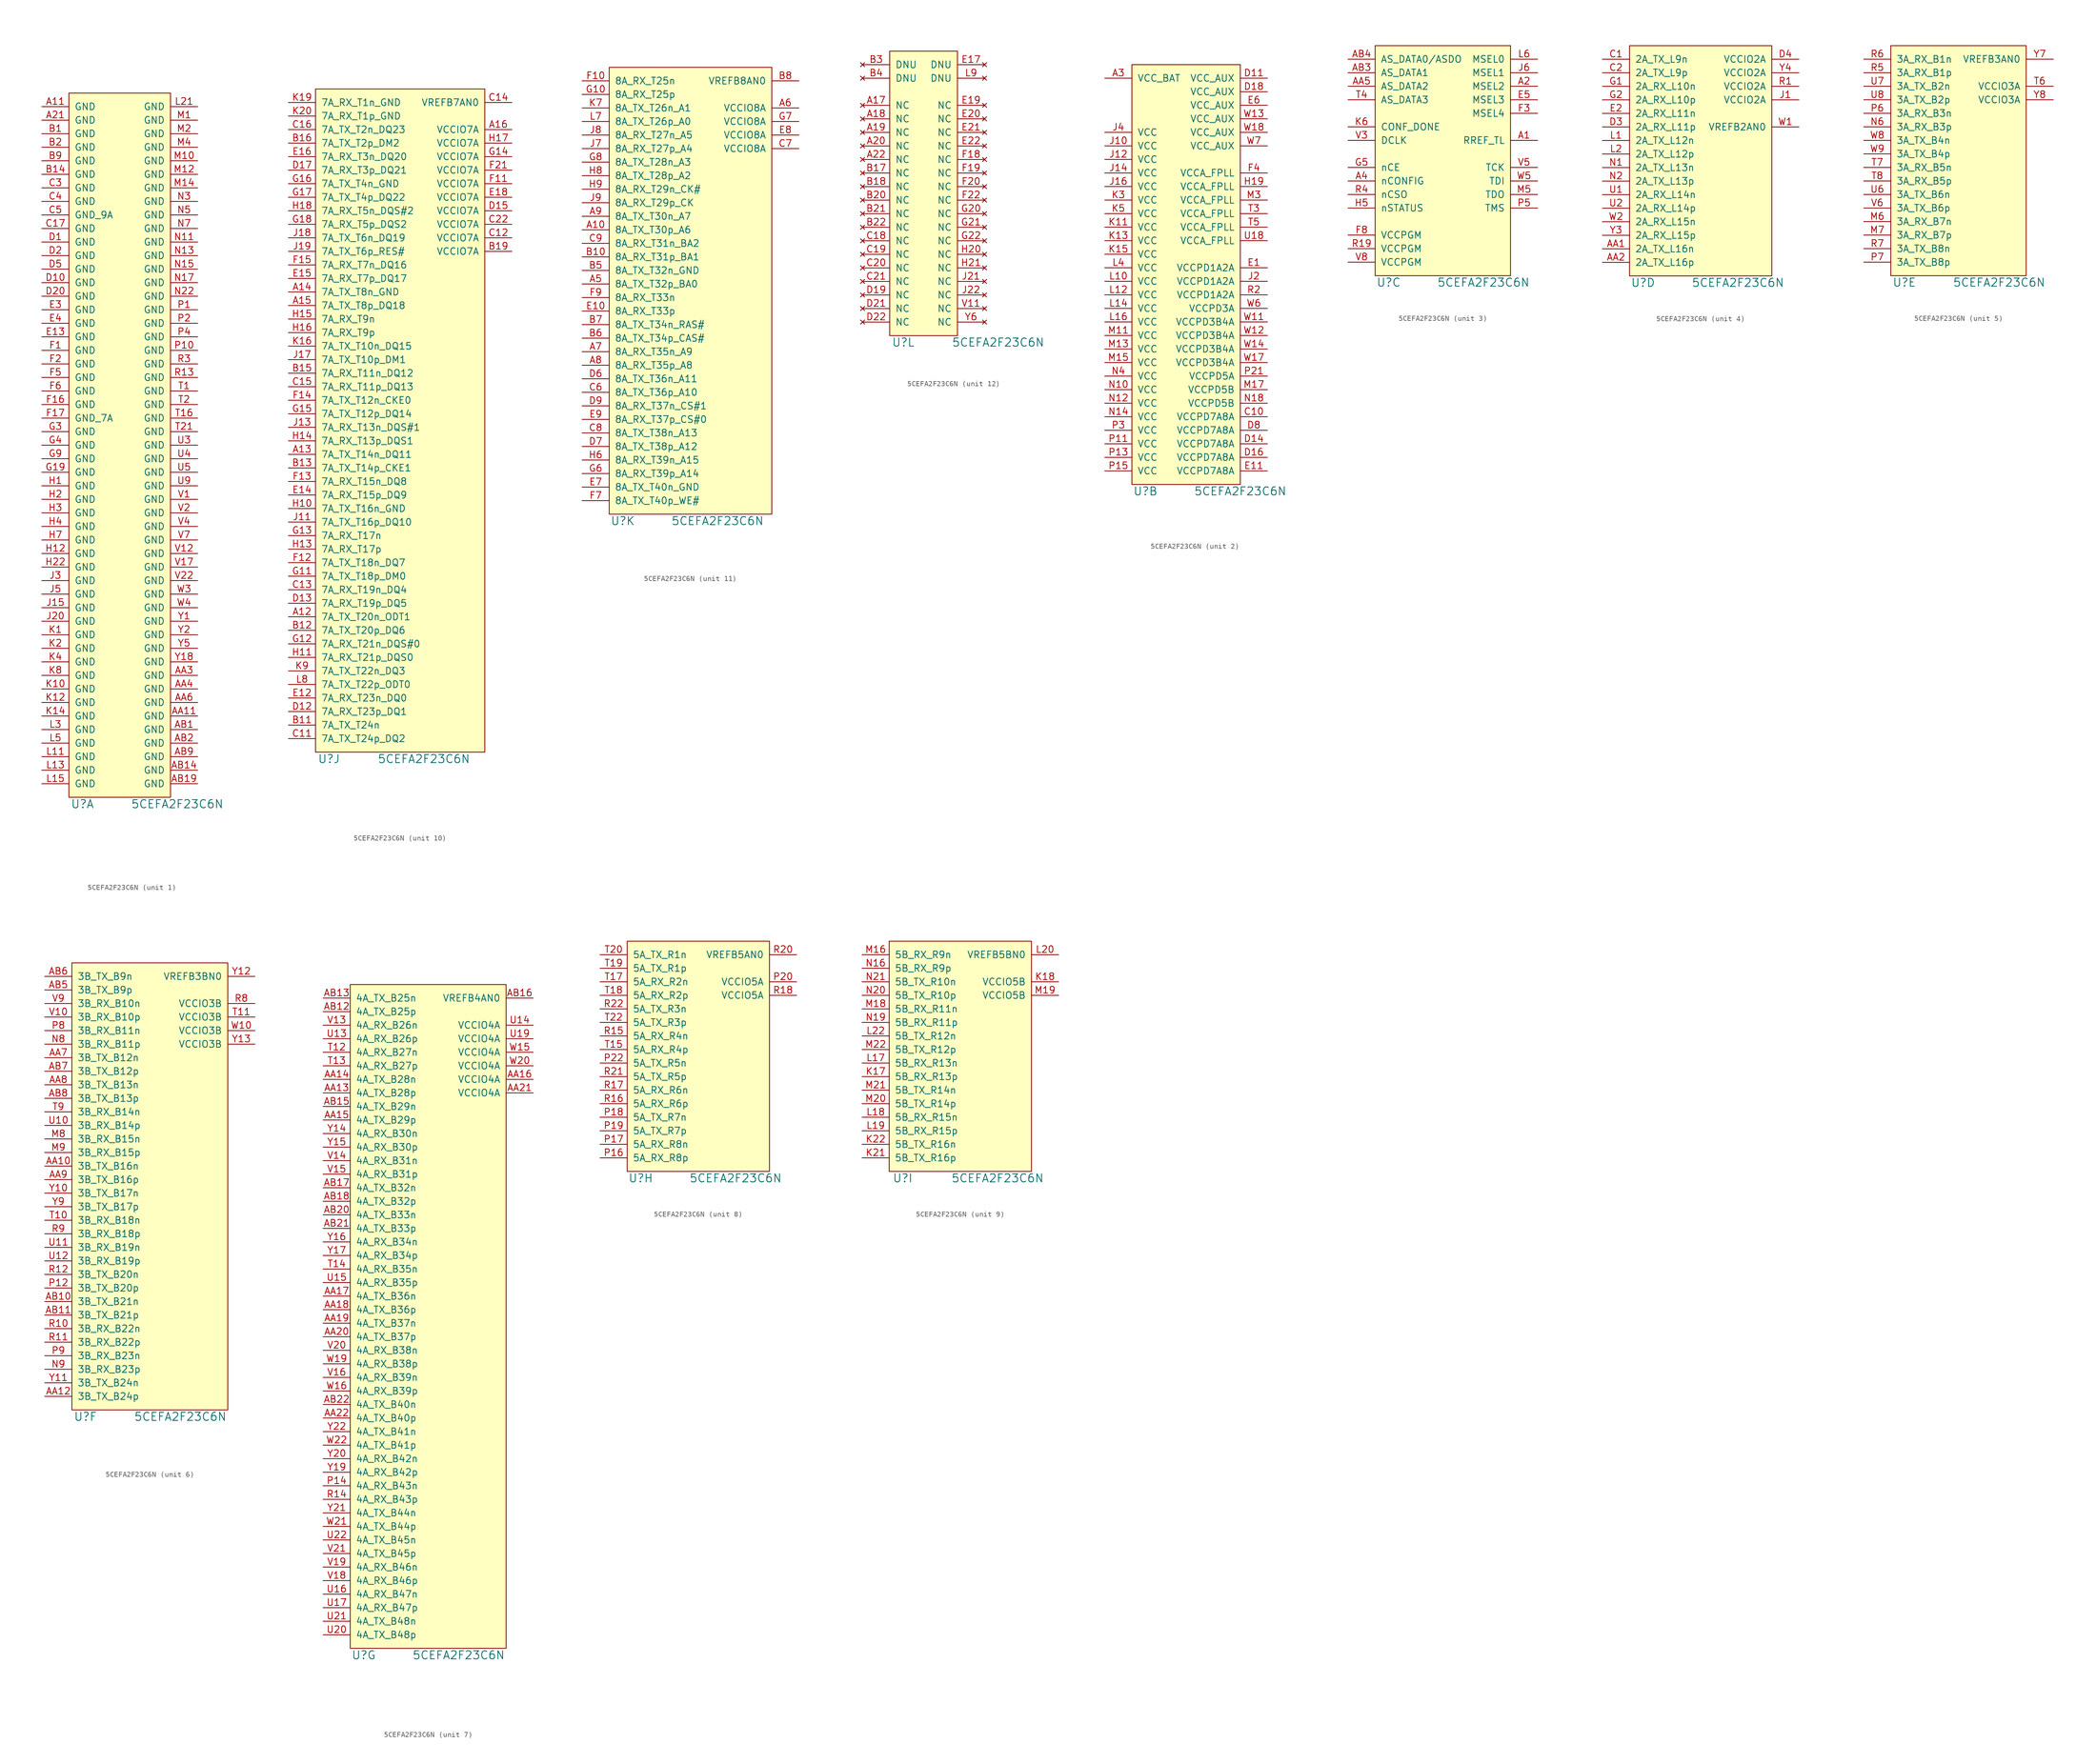
<source format=kicad_sym>
(kicad_symbol_lib
  (version 20211014)
  (generator kicad_symbol_editor)
  (symbol "5CEFA2F23C6N"
    (pin_names
      (offset 1.016))
    (property "Reference" "U"
      (at 2.54 -1.27 0)
      (effects (font (size 1.524 1.524))))
    (property "Value" "5CEFA2F23C6N"
      (at 20.32 -1.27 0)
      (effects (font (size 1.524 1.524))))
    (property "Footprint" ""
      (at 0 0 0)
      (effects (font (size 1.524 1.524))))
    (property "Datasheet" ""
      (at 0 0 0)
      (effects (font (size 1.524 1.524))))
    (property "ki_locked" ""
      (at 0 0 0)
      (effects (font (size 1.27 1.27))))
    (symbol "5CEFA2F23C6N_1_1"
      (rectangle (start 0 0) (end 19.05 132.08) (stroke (width 0) (type default) (color 0 0 0 0)) (fill (type background)))
      (pin power_in line (at -5.08 129.54 0) (length 5.08) (name "GND" (effects (font (size 1.27 1.27)))) (number "A11" (effects (font (size 1.27 1.27)))))
      (pin power_in line (at -5.08 127 0) (length 5.08) (name "GND" (effects (font (size 1.27 1.27)))) (number "A21" (effects (font (size 1.27 1.27)))))
      (pin power_in line (at 24.13 15.24 180) (length 5.08) (name "GND" (effects (font (size 1.27 1.27)))) (number "AA11" (effects (font (size 1.27 1.27)))))
      (pin power_in line (at 24.13 22.86 180) (length 5.08) (name "GND" (effects (font (size 1.27 1.27)))) (number "AA3" (effects (font (size 1.27 1.27)))))
      (pin power_in line (at 24.13 20.32 180) (length 5.08) (name "GND" (effects (font (size 1.27 1.27)))) (number "AA4" (effects (font (size 1.27 1.27)))))
      (pin power_in line (at 24.13 17.78 180) (length 5.08) (name "GND" (effects (font (size 1.27 1.27)))) (number "AA6" (effects (font (size 1.27 1.27)))))
      (pin power_in line (at 24.13 12.7 180) (length 5.08) (name "GND" (effects (font (size 1.27 1.27)))) (number "AB1" (effects (font (size 1.27 1.27)))))
      (pin power_in line (at 24.13 5.08 180) (length 5.08) (name "GND" (effects (font (size 1.27 1.27)))) (number "AB14" (effects (font (size 1.27 1.27)))))
      (pin power_in line (at 24.13 2.54 180) (length 5.08) (name "GND" (effects (font (size 1.27 1.27)))) (number "AB19" (effects (font (size 1.27 1.27)))))
      (pin power_in line (at 24.13 10.16 180) (length 5.08) (name "GND" (effects (font (size 1.27 1.27)))) (number "AB2" (effects (font (size 1.27 1.27)))))
      (pin power_in line (at 24.13 7.62 180) (length 5.08) (name "GND" (effects (font (size 1.27 1.27)))) (number "AB9" (effects (font (size 1.27 1.27)))))
      (pin power_in line (at -5.08 124.46 0) (length 5.08) (name "GND" (effects (font (size 1.27 1.27)))) (number "B1" (effects (font (size 1.27 1.27)))))
      (pin power_in line (at -5.08 116.84 0) (length 5.08) (name "GND" (effects (font (size 1.27 1.27)))) (number "B14" (effects (font (size 1.27 1.27)))))
      (pin power_in line (at -5.08 121.92 0) (length 5.08) (name "GND" (effects (font (size 1.27 1.27)))) (number "B2" (effects (font (size 1.27 1.27)))))
      (pin power_in line (at -5.08 119.38 0) (length 5.08) (name "GND" (effects (font (size 1.27 1.27)))) (number "B9" (effects (font (size 1.27 1.27)))))
      (pin power_in line (at -5.08 106.68 0) (length 5.08) (name "GND" (effects (font (size 1.27 1.27)))) (number "C17" (effects (font (size 1.27 1.27)))))
      (pin power_in line (at -5.08 114.3 0) (length 5.08) (name "GND" (effects (font (size 1.27 1.27)))) (number "C3" (effects (font (size 1.27 1.27)))))
      (pin power_in line (at -5.08 111.76 0) (length 5.08) (name "GND" (effects (font (size 1.27 1.27)))) (number "C4" (effects (font (size 1.27 1.27)))))
      (pin power_in line (at -5.08 109.22 0) (length 5.08) (name "GND_9A" (effects (font (size 1.27 1.27)))) (number "C5" (effects (font (size 1.27 1.27)))))
      (pin power_in line (at -5.08 104.14 0) (length 5.08) (name "GND" (effects (font (size 1.27 1.27)))) (number "D1" (effects (font (size 1.27 1.27)))))
      (pin power_in line (at -5.08 96.52 0) (length 5.08) (name "GND" (effects (font (size 1.27 1.27)))) (number "D10" (effects (font (size 1.27 1.27)))))
      (pin power_in line (at -5.08 101.6 0) (length 5.08) (name "GND" (effects (font (size 1.27 1.27)))) (number "D2" (effects (font (size 1.27 1.27)))))
      (pin power_in line (at -5.08 93.98 0) (length 5.08) (name "GND" (effects (font (size 1.27 1.27)))) (number "D20" (effects (font (size 1.27 1.27)))))
      (pin power_in line (at -5.08 99.06 0) (length 5.08) (name "GND" (effects (font (size 1.27 1.27)))) (number "D5" (effects (font (size 1.27 1.27)))))
      (pin power_in line (at -5.08 86.36 0) (length 5.08) (name "GND" (effects (font (size 1.27 1.27)))) (number "E13" (effects (font (size 1.27 1.27)))))
      (pin power_in line (at -5.08 91.44 0) (length 5.08) (name "GND" (effects (font (size 1.27 1.27)))) (number "E3" (effects (font (size 1.27 1.27)))))
      (pin power_in line (at -5.08 88.9 0) (length 5.08) (name "GND" (effects (font (size 1.27 1.27)))) (number "E4" (effects (font (size 1.27 1.27)))))
      (pin power_in line (at -5.08 83.82 0) (length 5.08) (name "GND" (effects (font (size 1.27 1.27)))) (number "F1" (effects (font (size 1.27 1.27)))))
      (pin power_in line (at -5.08 73.66 0) (length 5.08) (name "GND" (effects (font (size 1.27 1.27)))) (number "F16" (effects (font (size 1.27 1.27)))))
      (pin power_in line (at -5.08 71.12 0) (length 5.08) (name "GND_7A" (effects (font (size 1.27 1.27)))) (number "F17" (effects (font (size 1.27 1.27)))))
      (pin power_in line (at -5.08 81.28 0) (length 5.08) (name "GND" (effects (font (size 1.27 1.27)))) (number "F2" (effects (font (size 1.27 1.27)))))
      (pin power_in line (at -5.08 78.74 0) (length 5.08) (name "GND" (effects (font (size 1.27 1.27)))) (number "F5" (effects (font (size 1.27 1.27)))))
      (pin power_in line (at -5.08 76.2 0) (length 5.08) (name "GND" (effects (font (size 1.27 1.27)))) (number "F6" (effects (font (size 1.27 1.27)))))
      (pin power_in line (at -5.08 60.96 0) (length 5.08) (name "GND" (effects (font (size 1.27 1.27)))) (number "G19" (effects (font (size 1.27 1.27)))))
      (pin power_in line (at -5.08 68.58 0) (length 5.08) (name "GND" (effects (font (size 1.27 1.27)))) (number "G3" (effects (font (size 1.27 1.27)))))
      (pin power_in line (at -5.08 66.04 0) (length 5.08) (name "GND" (effects (font (size 1.27 1.27)))) (number "G4" (effects (font (size 1.27 1.27)))))
      (pin power_in line (at -5.08 63.5 0) (length 5.08) (name "GND" (effects (font (size 1.27 1.27)))) (number "G9" (effects (font (size 1.27 1.27)))))
      (pin power_in line (at -5.08 58.42 0) (length 5.08) (name "GND" (effects (font (size 1.27 1.27)))) (number "H1" (effects (font (size 1.27 1.27)))))
      (pin power_in line (at -5.08 45.72 0) (length 5.08) (name "GND" (effects (font (size 1.27 1.27)))) (number "H12" (effects (font (size 1.27 1.27)))))
      (pin power_in line (at -5.08 55.88 0) (length 5.08) (name "GND" (effects (font (size 1.27 1.27)))) (number "H2" (effects (font (size 1.27 1.27)))))
      (pin power_in line (at -5.08 43.18 0) (length 5.08) (name "GND" (effects (font (size 1.27 1.27)))) (number "H22" (effects (font (size 1.27 1.27)))))
      (pin power_in line (at -5.08 53.34 0) (length 5.08) (name "GND" (effects (font (size 1.27 1.27)))) (number "H3" (effects (font (size 1.27 1.27)))))
      (pin power_in line (at -5.08 50.8 0) (length 5.08) (name "GND" (effects (font (size 1.27 1.27)))) (number "H4" (effects (font (size 1.27 1.27)))))
      (pin power_in line (at -5.08 48.26 0) (length 5.08) (name "GND" (effects (font (size 1.27 1.27)))) (number "H7" (effects (font (size 1.27 1.27)))))
      (pin power_in line (at -5.08 35.56 0) (length 5.08) (name "GND" (effects (font (size 1.27 1.27)))) (number "J15" (effects (font (size 1.27 1.27)))))
      (pin power_in line (at -5.08 33.02 0) (length 5.08) (name "GND" (effects (font (size 1.27 1.27)))) (number "J20" (effects (font (size 1.27 1.27)))))
      (pin power_in line (at -5.08 40.64 0) (length 5.08) (name "GND" (effects (font (size 1.27 1.27)))) (number "J3" (effects (font (size 1.27 1.27)))))
      (pin power_in line (at -5.08 38.1 0) (length 5.08) (name "GND" (effects (font (size 1.27 1.27)))) (number "J5" (effects (font (size 1.27 1.27)))))
      (pin power_in line (at -5.08 30.48 0) (length 5.08) (name "GND" (effects (font (size 1.27 1.27)))) (number "K1" (effects (font (size 1.27 1.27)))))
      (pin power_in line (at -5.08 20.32 0) (length 5.08) (name "GND" (effects (font (size 1.27 1.27)))) (number "K10" (effects (font (size 1.27 1.27)))))
      (pin power_in line (at -5.08 17.78 0) (length 5.08) (name "GND" (effects (font (size 1.27 1.27)))) (number "K12" (effects (font (size 1.27 1.27)))))
      (pin power_in line (at -5.08 15.24 0) (length 5.08) (name "GND" (effects (font (size 1.27 1.27)))) (number "K14" (effects (font (size 1.27 1.27)))))
      (pin power_in line (at -5.08 27.94 0) (length 5.08) (name "GND" (effects (font (size 1.27 1.27)))) (number "K2" (effects (font (size 1.27 1.27)))))
      (pin power_in line (at -5.08 25.4 0) (length 5.08) (name "GND" (effects (font (size 1.27 1.27)))) (number "K4" (effects (font (size 1.27 1.27)))))
      (pin power_in line (at -5.08 22.86 0) (length 5.08) (name "GND" (effects (font (size 1.27 1.27)))) (number "K8" (effects (font (size 1.27 1.27)))))
      (pin power_in line (at -5.08 7.62 0) (length 5.08) (name "GND" (effects (font (size 1.27 1.27)))) (number "L11" (effects (font (size 1.27 1.27)))))
      (pin power_in line (at -5.08 5.08 0) (length 5.08) (name "GND" (effects (font (size 1.27 1.27)))) (number "L13" (effects (font (size 1.27 1.27)))))
      (pin power_in line (at -5.08 2.54 0) (length 5.08) (name "GND" (effects (font (size 1.27 1.27)))) (number "L15" (effects (font (size 1.27 1.27)))))
      (pin power_in line (at 24.13 129.54 180) (length 5.08) (name "GND" (effects (font (size 1.27 1.27)))) (number "L21" (effects (font (size 1.27 1.27)))))
      (pin power_in line (at -5.08 12.7 0) (length 5.08) (name "GND" (effects (font (size 1.27 1.27)))) (number "L3" (effects (font (size 1.27 1.27)))))
      (pin power_in line (at -5.08 10.16 0) (length 5.08) (name "GND" (effects (font (size 1.27 1.27)))) (number "L5" (effects (font (size 1.27 1.27)))))
      (pin power_in line (at 24.13 127 180) (length 5.08) (name "GND" (effects (font (size 1.27 1.27)))) (number "M1" (effects (font (size 1.27 1.27)))))
      (pin power_in line (at 24.13 119.38 180) (length 5.08) (name "GND" (effects (font (size 1.27 1.27)))) (number "M10" (effects (font (size 1.27 1.27)))))
      (pin power_in line (at 24.13 116.84 180) (length 5.08) (name "GND" (effects (font (size 1.27 1.27)))) (number "M12" (effects (font (size 1.27 1.27)))))
      (pin power_in line (at 24.13 114.3 180) (length 5.08) (name "GND" (effects (font (size 1.27 1.27)))) (number "M14" (effects (font (size 1.27 1.27)))))
      (pin power_in line (at 24.13 124.46 180) (length 5.08) (name "GND" (effects (font (size 1.27 1.27)))) (number "M2" (effects (font (size 1.27 1.27)))))
      (pin power_in line (at 24.13 121.92 180) (length 5.08) (name "GND" (effects (font (size 1.27 1.27)))) (number "M4" (effects (font (size 1.27 1.27)))))
      (pin power_in line (at 24.13 104.14 180) (length 5.08) (name "GND" (effects (font (size 1.27 1.27)))) (number "N11" (effects (font (size 1.27 1.27)))))
      (pin power_in line (at 24.13 101.6 180) (length 5.08) (name "GND" (effects (font (size 1.27 1.27)))) (number "N13" (effects (font (size 1.27 1.27)))))
      (pin power_in line (at 24.13 99.06 180) (length 5.08) (name "GND" (effects (font (size 1.27 1.27)))) (number "N15" (effects (font (size 1.27 1.27)))))
      (pin power_in line (at 24.13 96.52 180) (length 5.08) (name "GND" (effects (font (size 1.27 1.27)))) (number "N17" (effects (font (size 1.27 1.27)))))
      (pin power_in line (at 24.13 93.98 180) (length 5.08) (name "GND" (effects (font (size 1.27 1.27)))) (number "N22" (effects (font (size 1.27 1.27)))))
      (pin power_in line (at 24.13 111.76 180) (length 5.08) (name "GND" (effects (font (size 1.27 1.27)))) (number "N3" (effects (font (size 1.27 1.27)))))
      (pin power_in line (at 24.13 109.22 180) (length 5.08) (name "GND" (effects (font (size 1.27 1.27)))) (number "N5" (effects (font (size 1.27 1.27)))))
      (pin power_in line (at 24.13 106.68 180) (length 5.08) (name "GND" (effects (font (size 1.27 1.27)))) (number "N7" (effects (font (size 1.27 1.27)))))
      (pin power_in line (at 24.13 91.44 180) (length 5.08) (name "GND" (effects (font (size 1.27 1.27)))) (number "P1" (effects (font (size 1.27 1.27)))))
      (pin power_in line (at 24.13 83.82 180) (length 5.08) (name "GND" (effects (font (size 1.27 1.27)))) (number "P10" (effects (font (size 1.27 1.27)))))
      (pin power_in line (at 24.13 88.9 180) (length 5.08) (name "GND" (effects (font (size 1.27 1.27)))) (number "P2" (effects (font (size 1.27 1.27)))))
      (pin power_in line (at 24.13 86.36 180) (length 5.08) (name "GND" (effects (font (size 1.27 1.27)))) (number "P4" (effects (font (size 1.27 1.27)))))
      (pin power_in line (at 24.13 78.74 180) (length 5.08) (name "GND" (effects (font (size 1.27 1.27)))) (number "R13" (effects (font (size 1.27 1.27)))))
      (pin power_in line (at 24.13 81.28 180) (length 5.08) (name "GND" (effects (font (size 1.27 1.27)))) (number "R3" (effects (font (size 1.27 1.27)))))
      (pin power_in line (at 24.13 76.2 180) (length 5.08) (name "GND" (effects (font (size 1.27 1.27)))) (number "T1" (effects (font (size 1.27 1.27)))))
      (pin power_in line (at 24.13 71.12 180) (length 5.08) (name "GND" (effects (font (size 1.27 1.27)))) (number "T16" (effects (font (size 1.27 1.27)))))
      (pin power_in line (at 24.13 73.66 180) (length 5.08) (name "GND" (effects (font (size 1.27 1.27)))) (number "T2" (effects (font (size 1.27 1.27)))))
      (pin power_in line (at 24.13 68.58 180) (length 5.08) (name "GND" (effects (font (size 1.27 1.27)))) (number "T21" (effects (font (size 1.27 1.27)))))
      (pin power_in line (at 24.13 66.04 180) (length 5.08) (name "GND" (effects (font (size 1.27 1.27)))) (number "U3" (effects (font (size 1.27 1.27)))))
      (pin power_in line (at 24.13 63.5 180) (length 5.08) (name "GND" (effects (font (size 1.27 1.27)))) (number "U4" (effects (font (size 1.27 1.27)))))
      (pin power_in line (at 24.13 60.96 180) (length 5.08) (name "GND" (effects (font (size 1.27 1.27)))) (number "U5" (effects (font (size 1.27 1.27)))))
      (pin power_in line (at 24.13 58.42 180) (length 5.08) (name "GND" (effects (font (size 1.27 1.27)))) (number "U9" (effects (font (size 1.27 1.27)))))
      (pin power_in line (at 24.13 55.88 180) (length 5.08) (name "GND" (effects (font (size 1.27 1.27)))) (number "V1" (effects (font (size 1.27 1.27)))))
      (pin power_in line (at 24.13 45.72 180) (length 5.08) (name "GND" (effects (font (size 1.27 1.27)))) (number "V12" (effects (font (size 1.27 1.27)))))
      (pin power_in line (at 24.13 43.18 180) (length 5.08) (name "GND" (effects (font (size 1.27 1.27)))) (number "V17" (effects (font (size 1.27 1.27)))))
      (pin power_in line (at 24.13 53.34 180) (length 5.08) (name "GND" (effects (font (size 1.27 1.27)))) (number "V2" (effects (font (size 1.27 1.27)))))
      (pin power_in line (at 24.13 40.64 180) (length 5.08) (name "GND" (effects (font (size 1.27 1.27)))) (number "V22" (effects (font (size 1.27 1.27)))))
      (pin power_in line (at 24.13 50.8 180) (length 5.08) (name "GND" (effects (font (size 1.27 1.27)))) (number "V4" (effects (font (size 1.27 1.27)))))
      (pin power_in line (at 24.13 48.26 180) (length 5.08) (name "GND" (effects (font (size 1.27 1.27)))) (number "V7" (effects (font (size 1.27 1.27)))))
      (pin power_in line (at 24.13 38.1 180) (length 5.08) (name "GND" (effects (font (size 1.27 1.27)))) (number "W3" (effects (font (size 1.27 1.27)))))
      (pin power_in line (at 24.13 35.56 180) (length 5.08) (name "GND" (effects (font (size 1.27 1.27)))) (number "W4" (effects (font (size 1.27 1.27)))))
      (pin power_in line (at 24.13 33.02 180) (length 5.08) (name "GND" (effects (font (size 1.27 1.27)))) (number "Y1" (effects (font (size 1.27 1.27)))))
      (pin power_in line (at 24.13 25.4 180) (length 5.08) (name "GND" (effects (font (size 1.27 1.27)))) (number "Y18" (effects (font (size 1.27 1.27)))))
      (pin power_in line (at 24.13 30.48 180) (length 5.08) (name "GND" (effects (font (size 1.27 1.27)))) (number "Y2" (effects (font (size 1.27 1.27)))))
      (pin power_in line (at 24.13 27.94 180) (length 5.08) (name "GND" (effects (font (size 1.27 1.27)))) (number "Y5" (effects (font (size 1.27 1.27))))))
    (symbol "5CEFA2F23C6N_2_1"
      (rectangle (start 0 0) (end 20.32 78.74) (stroke (width 0) (type default) (color 0 0 0 0)) (fill (type background)))
      (pin power_in line (at -5.08 76.2 0) (length 5.08) (name "VCC_BAT" (effects (font (size 1.27 1.27)))) (number "A3" (effects (font (size 1.27 1.27)))))
      (pin power_in line (at 25.4 12.7 180) (length 5.08) (name "VCCPD7A8A" (effects (font (size 1.27 1.27)))) (number "C10" (effects (font (size 1.27 1.27)))))
      (pin power_in line (at 25.4 76.2 180) (length 5.08) (name "VCC_AUX" (effects (font (size 1.27 1.27)))) (number "D11" (effects (font (size 1.27 1.27)))))
      (pin power_in line (at 25.4 7.62 180) (length 5.08) (name "VCCPD7A8A" (effects (font (size 1.27 1.27)))) (number "D14" (effects (font (size 1.27 1.27)))))
      (pin power_in line (at 25.4 5.08 180) (length 5.08) (name "VCCPD7A8A" (effects (font (size 1.27 1.27)))) (number "D16" (effects (font (size 1.27 1.27)))))
      (pin power_in line (at 25.4 73.66 180) (length 5.08) (name "VCC_AUX" (effects (font (size 1.27 1.27)))) (number "D18" (effects (font (size 1.27 1.27)))))
      (pin power_in line (at 25.4 10.16 180) (length 5.08) (name "VCCPD7A8A" (effects (font (size 1.27 1.27)))) (number "D8" (effects (font (size 1.27 1.27)))))
      (pin power_in line (at 25.4 40.64 180) (length 5.08) (name "VCCPD1A2A" (effects (font (size 1.27 1.27)))) (number "E1" (effects (font (size 1.27 1.27)))))
      (pin power_in line (at 25.4 2.54 180) (length 5.08) (name "VCCPD7A8A" (effects (font (size 1.27 1.27)))) (number "E11" (effects (font (size 1.27 1.27)))))
      (pin power_in line (at 25.4 71.12 180) (length 5.08) (name "VCC_AUX" (effects (font (size 1.27 1.27)))) (number "E6" (effects (font (size 1.27 1.27)))))
      (pin power_in line (at 25.4 58.42 180) (length 5.08) (name "VCCA_FPLL" (effects (font (size 1.27 1.27)))) (number "F4" (effects (font (size 1.27 1.27)))))
      (pin power_in line (at 25.4 55.88 180) (length 5.08) (name "VCCA_FPLL" (effects (font (size 1.27 1.27)))) (number "H19" (effects (font (size 1.27 1.27)))))
      (pin power_in line (at -5.08 63.5 0) (length 5.08) (name "VCC" (effects (font (size 1.27 1.27)))) (number "J10" (effects (font (size 1.27 1.27)))))
      (pin power_in line (at -5.08 60.96 0) (length 5.08) (name "VCC" (effects (font (size 1.27 1.27)))) (number "J12" (effects (font (size 1.27 1.27)))))
      (pin power_in line (at -5.08 58.42 0) (length 5.08) (name "VCC" (effects (font (size 1.27 1.27)))) (number "J14" (effects (font (size 1.27 1.27)))))
      (pin power_in line (at -5.08 55.88 0) (length 5.08) (name "VCC" (effects (font (size 1.27 1.27)))) (number "J16" (effects (font (size 1.27 1.27)))))
      (pin power_in line (at 25.4 38.1 180) (length 5.08) (name "VCCPD1A2A" (effects (font (size 1.27 1.27)))) (number "J2" (effects (font (size 1.27 1.27)))))
      (pin power_in line (at -5.08 66.04 0) (length 5.08) (name "VCC" (effects (font (size 1.27 1.27)))) (number "J4" (effects (font (size 1.27 1.27)))))
      (pin power_in line (at -5.08 48.26 0) (length 5.08) (name "VCC" (effects (font (size 1.27 1.27)))) (number "K11" (effects (font (size 1.27 1.27)))))
      (pin power_in line (at -5.08 45.72 0) (length 5.08) (name "VCC" (effects (font (size 1.27 1.27)))) (number "K13" (effects (font (size 1.27 1.27)))))
      (pin power_in line (at -5.08 43.18 0) (length 5.08) (name "VCC" (effects (font (size 1.27 1.27)))) (number "K15" (effects (font (size 1.27 1.27)))))
      (pin power_in line (at -5.08 53.34 0) (length 5.08) (name "VCC" (effects (font (size 1.27 1.27)))) (number "K3" (effects (font (size 1.27 1.27)))))
      (pin power_in line (at -5.08 50.8 0) (length 5.08) (name "VCC" (effects (font (size 1.27 1.27)))) (number "K5" (effects (font (size 1.27 1.27)))))
      (pin power_in line (at -5.08 38.1 0) (length 5.08) (name "VCC" (effects (font (size 1.27 1.27)))) (number "L10" (effects (font (size 1.27 1.27)))))
      (pin power_in line (at -5.08 35.56 0) (length 5.08) (name "VCC" (effects (font (size 1.27 1.27)))) (number "L12" (effects (font (size 1.27 1.27)))))
      (pin power_in line (at -5.08 33.02 0) (length 5.08) (name "VCC" (effects (font (size 1.27 1.27)))) (number "L14" (effects (font (size 1.27 1.27)))))
      (pin power_in line (at -5.08 30.48 0) (length 5.08) (name "VCC" (effects (font (size 1.27 1.27)))) (number "L16" (effects (font (size 1.27 1.27)))))
      (pin power_in line (at -5.08 40.64 0) (length 5.08) (name "VCC" (effects (font (size 1.27 1.27)))) (number "L4" (effects (font (size 1.27 1.27)))))
      (pin power_in line (at -5.08 27.94 0) (length 5.08) (name "VCC" (effects (font (size 1.27 1.27)))) (number "M11" (effects (font (size 1.27 1.27)))))
      (pin power_in line (at -5.08 25.4 0) (length 5.08) (name "VCC" (effects (font (size 1.27 1.27)))) (number "M13" (effects (font (size 1.27 1.27)))))
      (pin power_in line (at -5.08 22.86 0) (length 5.08) (name "VCC" (effects (font (size 1.27 1.27)))) (number "M15" (effects (font (size 1.27 1.27)))))
      (pin power_in line (at 25.4 17.78 180) (length 5.08) (name "VCCPD5B" (effects (font (size 1.27 1.27)))) (number "M17" (effects (font (size 1.27 1.27)))))
      (pin power_in line (at 25.4 53.34 180) (length 5.08) (name "VCCA_FPLL" (effects (font (size 1.27 1.27)))) (number "M3" (effects (font (size 1.27 1.27)))))
      (pin power_in line (at -5.08 17.78 0) (length 5.08) (name "VCC" (effects (font (size 1.27 1.27)))) (number "N10" (effects (font (size 1.27 1.27)))))
      (pin power_in line (at -5.08 15.24 0) (length 5.08) (name "VCC" (effects (font (size 1.27 1.27)))) (number "N12" (effects (font (size 1.27 1.27)))))
      (pin power_in line (at -5.08 12.7 0) (length 5.08) (name "VCC" (effects (font (size 1.27 1.27)))) (number "N14" (effects (font (size 1.27 1.27)))))
      (pin power_in line (at 25.4 15.24 180) (length 5.08) (name "VCCPD5B" (effects (font (size 1.27 1.27)))) (number "N18" (effects (font (size 1.27 1.27)))))
      (pin power_in line (at -5.08 20.32 0) (length 5.08) (name "VCC" (effects (font (size 1.27 1.27)))) (number "N4" (effects (font (size 1.27 1.27)))))
      (pin power_in line (at -5.08 7.62 0) (length 5.08) (name "VCC" (effects (font (size 1.27 1.27)))) (number "P11" (effects (font (size 1.27 1.27)))))
      (pin power_in line (at -5.08 5.08 0) (length 5.08) (name "VCC" (effects (font (size 1.27 1.27)))) (number "P13" (effects (font (size 1.27 1.27)))))
      (pin power_in line (at -5.08 2.54 0) (length 5.08) (name "VCC" (effects (font (size 1.27 1.27)))) (number "P15" (effects (font (size 1.27 1.27)))))
      (pin power_in line (at 25.4 20.32 180) (length 5.08) (name "VCCPD5A" (effects (font (size 1.27 1.27)))) (number "P21" (effects (font (size 1.27 1.27)))))
      (pin power_in line (at -5.08 10.16 0) (length 5.08) (name "VCC" (effects (font (size 1.27 1.27)))) (number "P3" (effects (font (size 1.27 1.27)))))
      (pin power_in line (at 25.4 35.56 180) (length 5.08) (name "VCCPD1A2A" (effects (font (size 1.27 1.27)))) (number "R2" (effects (font (size 1.27 1.27)))))
      (pin power_in line (at 25.4 50.8 180) (length 5.08) (name "VCCA_FPLL" (effects (font (size 1.27 1.27)))) (number "T3" (effects (font (size 1.27 1.27)))))
      (pin power_in line (at 25.4 48.26 180) (length 5.08) (name "VCCA_FPLL" (effects (font (size 1.27 1.27)))) (number "T5" (effects (font (size 1.27 1.27)))))
      (pin power_in line (at 25.4 45.72 180) (length 5.08) (name "VCCA_FPLL" (effects (font (size 1.27 1.27)))) (number "U18" (effects (font (size 1.27 1.27)))))
      (pin power_in line (at 25.4 30.48 180) (length 5.08) (name "VCCPD3B4A" (effects (font (size 1.27 1.27)))) (number "W11" (effects (font (size 1.27 1.27)))))
      (pin power_in line (at 25.4 27.94 180) (length 5.08) (name "VCCPD3B4A" (effects (font (size 1.27 1.27)))) (number "W12" (effects (font (size 1.27 1.27)))))
      (pin power_in line (at 25.4 68.58 180) (length 5.08) (name "VCC_AUX" (effects (font (size 1.27 1.27)))) (number "W13" (effects (font (size 1.27 1.27)))))
      (pin power_in line (at 25.4 25.4 180) (length 5.08) (name "VCCPD3B4A" (effects (font (size 1.27 1.27)))) (number "W14" (effects (font (size 1.27 1.27)))))
      (pin power_in line (at 25.4 22.86 180) (length 5.08) (name "VCCPD3B4A" (effects (font (size 1.27 1.27)))) (number "W17" (effects (font (size 1.27 1.27)))))
      (pin power_in line (at 25.4 66.04 180) (length 5.08) (name "VCC_AUX" (effects (font (size 1.27 1.27)))) (number "W18" (effects (font (size 1.27 1.27)))))
      (pin power_in line (at 25.4 33.02 180) (length 5.08) (name "VCCPD3A" (effects (font (size 1.27 1.27)))) (number "W6" (effects (font (size 1.27 1.27)))))
      (pin power_in line (at 25.4 63.5 180) (length 5.08) (name "VCC_AUX" (effects (font (size 1.27 1.27)))) (number "W7" (effects (font (size 1.27 1.27))))))
    (symbol "5CEFA2F23C6N_3_1"
      (rectangle (start 0 0) (end 25.4 43.18) (stroke (width 0) (type default) (color 0 0 0 0)) (fill (type background)))
      (pin input line (at 30.48 25.4 180) (length 5.08) (name "RREF_TL" (effects (font (size 1.27 1.27)))) (number "A1" (effects (font (size 1.27 1.27)))))
      (pin input line (at 30.48 35.56 180) (length 5.08) (name "MSEL2" (effects (font (size 1.27 1.27)))) (number "A2" (effects (font (size 1.27 1.27)))))
      (pin input line (at -5.08 17.78 0) (length 5.08) (name "nCONFIG" (effects (font (size 1.27 1.27)))) (number "A4" (effects (font (size 1.27 1.27)))))
      (pin bidirectional line (at -5.08 35.56 0) (length 5.08) (name "AS_DATA2" (effects (font (size 1.27 1.27)))) (number "AA5" (effects (font (size 1.27 1.27)))))
      (pin bidirectional line (at -5.08 38.1 0) (length 5.08) (name "AS_DATA1" (effects (font (size 1.27 1.27)))) (number "AB3" (effects (font (size 1.27 1.27)))))
      (pin bidirectional line (at -5.08 40.64 0) (length 5.08) (name "AS_DATA0/ASDO" (effects (font (size 1.27 1.27)))) (number "AB4" (effects (font (size 1.27 1.27)))))
      (pin input line (at 30.48 33.02 180) (length 5.08) (name "MSEL3" (effects (font (size 1.27 1.27)))) (number "E5" (effects (font (size 1.27 1.27)))))
      (pin input line (at 30.48 30.48 180) (length 5.08) (name "MSEL4" (effects (font (size 1.27 1.27)))) (number "F3" (effects (font (size 1.27 1.27)))))
      (pin power_in line (at -5.08 7.62 0) (length 5.08) (name "VCCPGM" (effects (font (size 1.27 1.27)))) (number "F8" (effects (font (size 1.27 1.27)))))
      (pin bidirectional line (at -5.08 20.32 0) (length 5.08) (name "nCE" (effects (font (size 1.27 1.27)))) (number "G5" (effects (font (size 1.27 1.27)))))
      (pin bidirectional line (at -5.08 12.7 0) (length 5.08) (name "nSTATUS" (effects (font (size 1.27 1.27)))) (number "H5" (effects (font (size 1.27 1.27)))))
      (pin input line (at 30.48 38.1 180) (length 5.08) (name "MSEL1" (effects (font (size 1.27 1.27)))) (number "J6" (effects (font (size 1.27 1.27)))))
      (pin bidirectional line (at -5.08 27.94 0) (length 5.08) (name "CONF_DONE" (effects (font (size 1.27 1.27)))) (number "K6" (effects (font (size 1.27 1.27)))))
      (pin input line (at 30.48 40.64 180) (length 5.08) (name "MSEL0" (effects (font (size 1.27 1.27)))) (number "L6" (effects (font (size 1.27 1.27)))))
      (pin output line (at 30.48 15.24 180) (length 5.08) (name "TDO" (effects (font (size 1.27 1.27)))) (number "M5" (effects (font (size 1.27 1.27)))))
      (pin input line (at 30.48 12.7 180) (length 5.08) (name "TMS" (effects (font (size 1.27 1.27)))) (number "P5" (effects (font (size 1.27 1.27)))))
      (pin power_in line (at -5.08 5.08 0) (length 5.08) (name "VCCPGM" (effects (font (size 1.27 1.27)))) (number "R19" (effects (font (size 1.27 1.27)))))
      (pin output line (at -5.08 15.24 0) (length 5.08) (name "nCSO" (effects (font (size 1.27 1.27)))) (number "R4" (effects (font (size 1.27 1.27)))))
      (pin bidirectional line (at -5.08 33.02 0) (length 5.08) (name "AS_DATA3" (effects (font (size 1.27 1.27)))) (number "T4" (effects (font (size 1.27 1.27)))))
      (pin bidirectional line (at -5.08 25.4 0) (length 5.08) (name "DCLK" (effects (font (size 1.27 1.27)))) (number "V3" (effects (font (size 1.27 1.27)))))
      (pin input line (at 30.48 20.32 180) (length 5.08) (name "TCK" (effects (font (size 1.27 1.27)))) (number "V5" (effects (font (size 1.27 1.27)))))
      (pin power_in line (at -5.08 2.54 0) (length 5.08) (name "VCCPGM" (effects (font (size 1.27 1.27)))) (number "V8" (effects (font (size 1.27 1.27)))))
      (pin input line (at 30.48 17.78 180) (length 5.08) (name "TDI" (effects (font (size 1.27 1.27)))) (number "W5" (effects (font (size 1.27 1.27))))))
    (symbol "5CEFA2F23C6N_4_1"
      (rectangle (start 0 0) (end 26.67 43.18) (stroke (width 0) (type default) (color 0 0 0 0)) (fill (type background)))
      (pin bidirectional line (at -5.08 5.08 0) (length 5.08) (name "2A_TX_L16n" (effects (font (size 1.27 1.27)))) (number "AA1" (effects (font (size 1.27 1.27)))))
      (pin bidirectional line (at -5.08 2.54 0) (length 5.08) (name "2A_TX_L16p" (effects (font (size 1.27 1.27)))) (number "AA2" (effects (font (size 1.27 1.27)))))
      (pin bidirectional line (at -5.08 40.64 0) (length 5.08) (name "2A_TX_L9n" (effects (font (size 1.27 1.27)))) (number "C1" (effects (font (size 1.27 1.27)))))
      (pin bidirectional line (at -5.08 38.1 0) (length 5.08) (name "2A_TX_L9p" (effects (font (size 1.27 1.27)))) (number "C2" (effects (font (size 1.27 1.27)))))
      (pin bidirectional line (at -5.08 27.94 0) (length 5.08) (name "2A_RX_L11p" (effects (font (size 1.27 1.27)))) (number "D3" (effects (font (size 1.27 1.27)))))
      (pin power_in line (at 31.75 40.64 180) (length 5.08) (name "VCCIO2A" (effects (font (size 1.27 1.27)))) (number "D4" (effects (font (size 1.27 1.27)))))
      (pin bidirectional line (at -5.08 30.48 0) (length 5.08) (name "2A_RX_L11n" (effects (font (size 1.27 1.27)))) (number "E2" (effects (font (size 1.27 1.27)))))
      (pin bidirectional line (at -5.08 35.56 0) (length 5.08) (name "2A_RX_L10n" (effects (font (size 1.27 1.27)))) (number "G1" (effects (font (size 1.27 1.27)))))
      (pin bidirectional line (at -5.08 33.02 0) (length 5.08) (name "2A_RX_L10p" (effects (font (size 1.27 1.27)))) (number "G2" (effects (font (size 1.27 1.27)))))
      (pin power_in line (at 31.75 33.02 180) (length 5.08) (name "VCCIO2A" (effects (font (size 1.27 1.27)))) (number "J1" (effects (font (size 1.27 1.27)))))
      (pin bidirectional line (at -5.08 25.4 0) (length 5.08) (name "2A_TX_L12n" (effects (font (size 1.27 1.27)))) (number "L1" (effects (font (size 1.27 1.27)))))
      (pin bidirectional line (at -5.08 22.86 0) (length 5.08) (name "2A_TX_L12p" (effects (font (size 1.27 1.27)))) (number "L2" (effects (font (size 1.27 1.27)))))
      (pin bidirectional line (at -5.08 20.32 0) (length 5.08) (name "2A_TX_L13n" (effects (font (size 1.27 1.27)))) (number "N1" (effects (font (size 1.27 1.27)))))
      (pin bidirectional line (at -5.08 17.78 0) (length 5.08) (name "2A_TX_L13p" (effects (font (size 1.27 1.27)))) (number "N2" (effects (font (size 1.27 1.27)))))
      (pin power_in line (at 31.75 35.56 180) (length 5.08) (name "VCCIO2A" (effects (font (size 1.27 1.27)))) (number "R1" (effects (font (size 1.27 1.27)))))
      (pin bidirectional line (at -5.08 15.24 0) (length 5.08) (name "2A_RX_L14n" (effects (font (size 1.27 1.27)))) (number "U1" (effects (font (size 1.27 1.27)))))
      (pin bidirectional line (at -5.08 12.7 0) (length 5.08) (name "2A_RX_L14p" (effects (font (size 1.27 1.27)))) (number "U2" (effects (font (size 1.27 1.27)))))
      (pin power_in line (at 31.75 27.94 180) (length 5.08) (name "VREFB2AN0" (effects (font (size 1.27 1.27)))) (number "W1" (effects (font (size 1.27 1.27)))))
      (pin bidirectional line (at -5.08 10.16 0) (length 5.08) (name "2A_RX_L15n" (effects (font (size 1.27 1.27)))) (number "W2" (effects (font (size 1.27 1.27)))))
      (pin bidirectional line (at -5.08 7.62 0) (length 5.08) (name "2A_RX_L15p" (effects (font (size 1.27 1.27)))) (number "Y3" (effects (font (size 1.27 1.27)))))
      (pin power_in line (at 31.75 38.1 180) (length 5.08) (name "VCCIO2A" (effects (font (size 1.27 1.27)))) (number "Y4" (effects (font (size 1.27 1.27))))))
    (symbol "5CEFA2F23C6N_5_1"
      (rectangle (start 0 0) (end 25.4 43.18) (stroke (width 0) (type default) (color 0 0 0 0)) (fill (type background)))
      (pin bidirectional line (at -5.08 10.16 0) (length 5.08) (name "3A_RX_B7n" (effects (font (size 1.27 1.27)))) (number "M6" (effects (font (size 1.27 1.27)))))
      (pin bidirectional line (at -5.08 7.62 0) (length 5.08) (name "3A_RX_B7p" (effects (font (size 1.27 1.27)))) (number "M7" (effects (font (size 1.27 1.27)))))
      (pin bidirectional line (at -5.08 27.94 0) (length 5.08) (name "3A_RX_B3p" (effects (font (size 1.27 1.27)))) (number "N6" (effects (font (size 1.27 1.27)))))
      (pin bidirectional line (at -5.08 30.48 0) (length 5.08) (name "3A_RX_B3n" (effects (font (size 1.27 1.27)))) (number "P6" (effects (font (size 1.27 1.27)))))
      (pin bidirectional line (at -5.08 2.54 0) (length 5.08) (name "3A_TX_B8p" (effects (font (size 1.27 1.27)))) (number "P7" (effects (font (size 1.27 1.27)))))
      (pin bidirectional line (at -5.08 38.1 0) (length 5.08) (name "3A_RX_B1p" (effects (font (size 1.27 1.27)))) (number "R5" (effects (font (size 1.27 1.27)))))
      (pin bidirectional line (at -5.08 40.64 0) (length 5.08) (name "3A_RX_B1n" (effects (font (size 1.27 1.27)))) (number "R6" (effects (font (size 1.27 1.27)))))
      (pin bidirectional line (at -5.08 5.08 0) (length 5.08) (name "3A_TX_B8n" (effects (font (size 1.27 1.27)))) (number "R7" (effects (font (size 1.27 1.27)))))
      (pin power_in line (at 30.48 35.56 180) (length 5.08) (name "VCCIO3A" (effects (font (size 1.27 1.27)))) (number "T6" (effects (font (size 1.27 1.27)))))
      (pin bidirectional line (at -5.08 20.32 0) (length 5.08) (name "3A_RX_B5n" (effects (font (size 1.27 1.27)))) (number "T7" (effects (font (size 1.27 1.27)))))
      (pin bidirectional line (at -5.08 17.78 0) (length 5.08) (name "3A_RX_B5p" (effects (font (size 1.27 1.27)))) (number "T8" (effects (font (size 1.27 1.27)))))
      (pin bidirectional line (at -5.08 15.24 0) (length 5.08) (name "3A_TX_B6n" (effects (font (size 1.27 1.27)))) (number "U6" (effects (font (size 1.27 1.27)))))
      (pin bidirectional line (at -5.08 35.56 0) (length 5.08) (name "3A_TX_B2n" (effects (font (size 1.27 1.27)))) (number "U7" (effects (font (size 1.27 1.27)))))
      (pin bidirectional line (at -5.08 33.02 0) (length 5.08) (name "3A_TX_B2p" (effects (font (size 1.27 1.27)))) (number "U8" (effects (font (size 1.27 1.27)))))
      (pin bidirectional line (at -5.08 12.7 0) (length 5.08) (name "3A_TX_B6p" (effects (font (size 1.27 1.27)))) (number "V6" (effects (font (size 1.27 1.27)))))
      (pin bidirectional line (at -5.08 25.4 0) (length 5.08) (name "3A_TX_B4n" (effects (font (size 1.27 1.27)))) (number "W8" (effects (font (size 1.27 1.27)))))
      (pin bidirectional line (at -5.08 22.86 0) (length 5.08) (name "3A_TX_B4p" (effects (font (size 1.27 1.27)))) (number "W9" (effects (font (size 1.27 1.27)))))
      (pin power_in line (at 30.48 40.64 180) (length 5.08) (name "VREFB3AN0" (effects (font (size 1.27 1.27)))) (number "Y7" (effects (font (size 1.27 1.27)))))
      (pin power_in line (at 30.48 33.02 180) (length 5.08) (name "VCCIO3A" (effects (font (size 1.27 1.27)))) (number "Y8" (effects (font (size 1.27 1.27))))))
    (symbol "5CEFA2F23C6N_6_1"
      (rectangle (start 0 0) (end 29.21 83.82) (stroke (width 0) (type default) (color 0 0 0 0)) (fill (type background)))
      (pin bidirectional line (at -5.08 45.72 0) (length 5.08) (name "3B_TX_B16n" (effects (font (size 1.27 1.27)))) (number "AA10" (effects (font (size 1.27 1.27)))))
      (pin bidirectional line (at -5.08 2.54 0) (length 5.08) (name "3B_TX_B24p" (effects (font (size 1.27 1.27)))) (number "AA12" (effects (font (size 1.27 1.27)))))
      (pin bidirectional line (at -5.08 66.04 0) (length 5.08) (name "3B_TX_B12n" (effects (font (size 1.27 1.27)))) (number "AA7" (effects (font (size 1.27 1.27)))))
      (pin bidirectional line (at -5.08 60.96 0) (length 5.08) (name "3B_TX_B13n" (effects (font (size 1.27 1.27)))) (number "AA8" (effects (font (size 1.27 1.27)))))
      (pin bidirectional line (at -5.08 43.18 0) (length 5.08) (name "3B_TX_B16p" (effects (font (size 1.27 1.27)))) (number "AA9" (effects (font (size 1.27 1.27)))))
      (pin bidirectional line (at -5.08 20.32 0) (length 5.08) (name "3B_TX_B21n" (effects (font (size 1.27 1.27)))) (number "AB10" (effects (font (size 1.27 1.27)))))
      (pin bidirectional line (at -5.08 17.78 0) (length 5.08) (name "3B_TX_B21p" (effects (font (size 1.27 1.27)))) (number "AB11" (effects (font (size 1.27 1.27)))))
      (pin bidirectional line (at -5.08 78.74 0) (length 5.08) (name "3B_TX_B9p" (effects (font (size 1.27 1.27)))) (number "AB5" (effects (font (size 1.27 1.27)))))
      (pin bidirectional line (at -5.08 81.28 0) (length 5.08) (name "3B_TX_B9n" (effects (font (size 1.27 1.27)))) (number "AB6" (effects (font (size 1.27 1.27)))))
      (pin bidirectional line (at -5.08 63.5 0) (length 5.08) (name "3B_TX_B12p" (effects (font (size 1.27 1.27)))) (number "AB7" (effects (font (size 1.27 1.27)))))
      (pin bidirectional line (at -5.08 58.42 0) (length 5.08) (name "3B_TX_B13p" (effects (font (size 1.27 1.27)))) (number "AB8" (effects (font (size 1.27 1.27)))))
      (pin bidirectional line (at -5.08 50.8 0) (length 5.08) (name "3B_RX_B15n" (effects (font (size 1.27 1.27)))) (number "M8" (effects (font (size 1.27 1.27)))))
      (pin bidirectional line (at -5.08 48.26 0) (length 5.08) (name "3B_RX_B15p" (effects (font (size 1.27 1.27)))) (number "M9" (effects (font (size 1.27 1.27)))))
      (pin bidirectional line (at -5.08 68.58 0) (length 5.08) (name "3B_RX_B11p" (effects (font (size 1.27 1.27)))) (number "N8" (effects (font (size 1.27 1.27)))))
      (pin bidirectional line (at -5.08 7.62 0) (length 5.08) (name "3B_RX_B23p" (effects (font (size 1.27 1.27)))) (number "N9" (effects (font (size 1.27 1.27)))))
      (pin bidirectional line (at -5.08 22.86 0) (length 5.08) (name "3B_TX_B20p" (effects (font (size 1.27 1.27)))) (number "P12" (effects (font (size 1.27 1.27)))))
      (pin bidirectional line (at -5.08 71.12 0) (length 5.08) (name "3B_RX_B11n" (effects (font (size 1.27 1.27)))) (number "P8" (effects (font (size 1.27 1.27)))))
      (pin bidirectional line (at -5.08 10.16 0) (length 5.08) (name "3B_RX_B23n" (effects (font (size 1.27 1.27)))) (number "P9" (effects (font (size 1.27 1.27)))))
      (pin bidirectional line (at -5.08 15.24 0) (length 5.08) (name "3B_RX_B22n" (effects (font (size 1.27 1.27)))) (number "R10" (effects (font (size 1.27 1.27)))))
      (pin bidirectional line (at -5.08 12.7 0) (length 5.08) (name "3B_RX_B22p" (effects (font (size 1.27 1.27)))) (number "R11" (effects (font (size 1.27 1.27)))))
      (pin bidirectional line (at -5.08 25.4 0) (length 5.08) (name "3B_TX_B20n" (effects (font (size 1.27 1.27)))) (number "R12" (effects (font (size 1.27 1.27)))))
      (pin power_in line (at 34.29 76.2 180) (length 5.08) (name "VCCIO3B" (effects (font (size 1.27 1.27)))) (number "R8" (effects (font (size 1.27 1.27)))))
      (pin bidirectional line (at -5.08 33.02 0) (length 5.08) (name "3B_RX_B18p" (effects (font (size 1.27 1.27)))) (number "R9" (effects (font (size 1.27 1.27)))))
      (pin bidirectional line (at -5.08 35.56 0) (length 5.08) (name "3B_RX_B18n" (effects (font (size 1.27 1.27)))) (number "T10" (effects (font (size 1.27 1.27)))))
      (pin power_in line (at 34.29 73.66 180) (length 5.08) (name "VCCIO3B" (effects (font (size 1.27 1.27)))) (number "T11" (effects (font (size 1.27 1.27)))))
      (pin bidirectional line (at -5.08 55.88 0) (length 5.08) (name "3B_RX_B14n" (effects (font (size 1.27 1.27)))) (number "T9" (effects (font (size 1.27 1.27)))))
      (pin bidirectional line (at -5.08 53.34 0) (length 5.08) (name "3B_RX_B14p" (effects (font (size 1.27 1.27)))) (number "U10" (effects (font (size 1.27 1.27)))))
      (pin bidirectional line (at -5.08 30.48 0) (length 5.08) (name "3B_RX_B19n" (effects (font (size 1.27 1.27)))) (number "U11" (effects (font (size 1.27 1.27)))))
      (pin bidirectional line (at -5.08 27.94 0) (length 5.08) (name "3B_RX_B19p" (effects (font (size 1.27 1.27)))) (number "U12" (effects (font (size 1.27 1.27)))))
      (pin bidirectional line (at -5.08 73.66 0) (length 5.08) (name "3B_RX_B10p" (effects (font (size 1.27 1.27)))) (number "V10" (effects (font (size 1.27 1.27)))))
      (pin bidirectional line (at -5.08 76.2 0) (length 5.08) (name "3B_RX_B10n" (effects (font (size 1.27 1.27)))) (number "V9" (effects (font (size 1.27 1.27)))))
      (pin power_in line (at 34.29 71.12 180) (length 5.08) (name "VCCIO3B" (effects (font (size 1.27 1.27)))) (number "W10" (effects (font (size 1.27 1.27)))))
      (pin bidirectional line (at -5.08 40.64 0) (length 5.08) (name "3B_TX_B17n" (effects (font (size 1.27 1.27)))) (number "Y10" (effects (font (size 1.27 1.27)))))
      (pin bidirectional line (at -5.08 5.08 0) (length 5.08) (name "3B_TX_B24n" (effects (font (size 1.27 1.27)))) (number "Y11" (effects (font (size 1.27 1.27)))))
      (pin power_in line (at 34.29 81.28 180) (length 5.08) (name "VREFB3BN0" (effects (font (size 1.27 1.27)))) (number "Y12" (effects (font (size 1.27 1.27)))))
      (pin power_in line (at 34.29 68.58 180) (length 5.08) (name "VCCIO3B" (effects (font (size 1.27 1.27)))) (number "Y13" (effects (font (size 1.27 1.27)))))
      (pin bidirectional line (at -5.08 38.1 0) (length 5.08) (name "3B_TX_B17p" (effects (font (size 1.27 1.27)))) (number "Y9" (effects (font (size 1.27 1.27))))))
    (symbol "5CEFA2F23C6N_7_1"
      (rectangle (start 0 0) (end 29.21 124.46) (stroke (width 0) (type default) (color 0 0 0 0)) (fill (type background)))
      (pin bidirectional line (at -5.08 104.14 0) (length 5.08) (name "4A_TX_B28p" (effects (font (size 1.27 1.27)))) (number "AA13" (effects (font (size 1.27 1.27)))))
      (pin bidirectional line (at -5.08 106.68 0) (length 5.08) (name "4A_TX_B28n" (effects (font (size 1.27 1.27)))) (number "AA14" (effects (font (size 1.27 1.27)))))
      (pin bidirectional line (at -5.08 99.06 0) (length 5.08) (name "4A_TX_B29p" (effects (font (size 1.27 1.27)))) (number "AA15" (effects (font (size 1.27 1.27)))))
      (pin power_in line (at 34.29 106.68 180) (length 5.08) (name "VCCIO4A" (effects (font (size 1.27 1.27)))) (number "AA16" (effects (font (size 1.27 1.27)))))
      (pin bidirectional line (at -5.08 66.04 0) (length 5.08) (name "4A_TX_B36n" (effects (font (size 1.27 1.27)))) (number "AA17" (effects (font (size 1.27 1.27)))))
      (pin bidirectional line (at -5.08 63.5 0) (length 5.08) (name "4A_TX_B36p" (effects (font (size 1.27 1.27)))) (number "AA18" (effects (font (size 1.27 1.27)))))
      (pin bidirectional line (at -5.08 60.96 0) (length 5.08) (name "4A_TX_B37n" (effects (font (size 1.27 1.27)))) (number "AA19" (effects (font (size 1.27 1.27)))))
      (pin bidirectional line (at -5.08 58.42 0) (length 5.08) (name "4A_TX_B37p" (effects (font (size 1.27 1.27)))) (number "AA20" (effects (font (size 1.27 1.27)))))
      (pin power_in line (at 34.29 104.14 180) (length 5.08) (name "VCCIO4A" (effects (font (size 1.27 1.27)))) (number "AA21" (effects (font (size 1.27 1.27)))))
      (pin bidirectional line (at -5.08 43.18 0) (length 5.08) (name "4A_TX_B40p" (effects (font (size 1.27 1.27)))) (number "AA22" (effects (font (size 1.27 1.27)))))
      (pin bidirectional line (at -5.08 119.38 0) (length 5.08) (name "4A_TX_B25p" (effects (font (size 1.27 1.27)))) (number "AB12" (effects (font (size 1.27 1.27)))))
      (pin bidirectional line (at -5.08 121.92 0) (length 5.08) (name "4A_TX_B25n" (effects (font (size 1.27 1.27)))) (number "AB13" (effects (font (size 1.27 1.27)))))
      (pin bidirectional line (at -5.08 101.6 0) (length 5.08) (name "4A_TX_B29n" (effects (font (size 1.27 1.27)))) (number "AB15" (effects (font (size 1.27 1.27)))))
      (pin power_in line (at 34.29 121.92 180) (length 5.08) (name "VREFB4AN0" (effects (font (size 1.27 1.27)))) (number "AB16" (effects (font (size 1.27 1.27)))))
      (pin bidirectional line (at -5.08 86.36 0) (length 5.08) (name "4A_TX_B32n" (effects (font (size 1.27 1.27)))) (number "AB17" (effects (font (size 1.27 1.27)))))
      (pin bidirectional line (at -5.08 83.82 0) (length 5.08) (name "4A_TX_B32p" (effects (font (size 1.27 1.27)))) (number "AB18" (effects (font (size 1.27 1.27)))))
      (pin bidirectional line (at -5.08 81.28 0) (length 5.08) (name "4A_TX_B33n" (effects (font (size 1.27 1.27)))) (number "AB20" (effects (font (size 1.27 1.27)))))
      (pin bidirectional line (at -5.08 78.74 0) (length 5.08) (name "4A_TX_B33p" (effects (font (size 1.27 1.27)))) (number "AB21" (effects (font (size 1.27 1.27)))))
      (pin bidirectional line (at -5.08 45.72 0) (length 5.08) (name "4A_TX_B40n" (effects (font (size 1.27 1.27)))) (number "AB22" (effects (font (size 1.27 1.27)))))
      (pin bidirectional line (at -5.08 30.48 0) (length 5.08) (name "4A_RX_B43n" (effects (font (size 1.27 1.27)))) (number "P14" (effects (font (size 1.27 1.27)))))
      (pin bidirectional line (at -5.08 27.94 0) (length 5.08) (name "4A_RX_B43p" (effects (font (size 1.27 1.27)))) (number "R14" (effects (font (size 1.27 1.27)))))
      (pin bidirectional line (at -5.08 111.76 0) (length 5.08) (name "4A_RX_B27n" (effects (font (size 1.27 1.27)))) (number "T12" (effects (font (size 1.27 1.27)))))
      (pin bidirectional line (at -5.08 109.22 0) (length 5.08) (name "4A_RX_B27p" (effects (font (size 1.27 1.27)))) (number "T13" (effects (font (size 1.27 1.27)))))
      (pin bidirectional line (at -5.08 71.12 0) (length 5.08) (name "4A_RX_B35n" (effects (font (size 1.27 1.27)))) (number "T14" (effects (font (size 1.27 1.27)))))
      (pin bidirectional line (at -5.08 114.3 0) (length 5.08) (name "4A_RX_B26p" (effects (font (size 1.27 1.27)))) (number "U13" (effects (font (size 1.27 1.27)))))
      (pin power_in line (at 34.29 116.84 180) (length 5.08) (name "VCCIO4A" (effects (font (size 1.27 1.27)))) (number "U14" (effects (font (size 1.27 1.27)))))
      (pin bidirectional line (at -5.08 68.58 0) (length 5.08) (name "4A_RX_B35p" (effects (font (size 1.27 1.27)))) (number "U15" (effects (font (size 1.27 1.27)))))
      (pin bidirectional line (at -5.08 10.16 0) (length 5.08) (name "4A_RX_B47n" (effects (font (size 1.27 1.27)))) (number "U16" (effects (font (size 1.27 1.27)))))
      (pin bidirectional line (at -5.08 7.62 0) (length 5.08) (name "4A_RX_B47p" (effects (font (size 1.27 1.27)))) (number "U17" (effects (font (size 1.27 1.27)))))
      (pin power_in line (at 34.29 114.3 180) (length 5.08) (name "VCCIO4A" (effects (font (size 1.27 1.27)))) (number "U19" (effects (font (size 1.27 1.27)))))
      (pin bidirectional line (at -5.08 2.54 0) (length 5.08) (name "4A_TX_B48p" (effects (font (size 1.27 1.27)))) (number "U20" (effects (font (size 1.27 1.27)))))
      (pin bidirectional line (at -5.08 5.08 0) (length 5.08) (name "4A_TX_B48n" (effects (font (size 1.27 1.27)))) (number "U21" (effects (font (size 1.27 1.27)))))
      (pin bidirectional line (at -5.08 20.32 0) (length 5.08) (name "4A_TX_B45n" (effects (font (size 1.27 1.27)))) (number "U22" (effects (font (size 1.27 1.27)))))
      (pin bidirectional line (at -5.08 116.84 0) (length 5.08) (name "4A_RX_B26n" (effects (font (size 1.27 1.27)))) (number "V13" (effects (font (size 1.27 1.27)))))
      (pin bidirectional line (at -5.08 91.44 0) (length 5.08) (name "4A_RX_B31n" (effects (font (size 1.27 1.27)))) (number "V14" (effects (font (size 1.27 1.27)))))
      (pin bidirectional line (at -5.08 88.9 0) (length 5.08) (name "4A_RX_B31p" (effects (font (size 1.27 1.27)))) (number "V15" (effects (font (size 1.27 1.27)))))
      (pin bidirectional line (at -5.08 50.8 0) (length 5.08) (name "4A_RX_B39n" (effects (font (size 1.27 1.27)))) (number "V16" (effects (font (size 1.27 1.27)))))
      (pin bidirectional line (at -5.08 12.7 0) (length 5.08) (name "4A_RX_B46p" (effects (font (size 1.27 1.27)))) (number "V18" (effects (font (size 1.27 1.27)))))
      (pin bidirectional line (at -5.08 15.24 0) (length 5.08) (name "4A_RX_B46n" (effects (font (size 1.27 1.27)))) (number "V19" (effects (font (size 1.27 1.27)))))
      (pin bidirectional line (at -5.08 55.88 0) (length 5.08) (name "4A_RX_B38n" (effects (font (size 1.27 1.27)))) (number "V20" (effects (font (size 1.27 1.27)))))
      (pin bidirectional line (at -5.08 17.78 0) (length 5.08) (name "4A_TX_B45p" (effects (font (size 1.27 1.27)))) (number "V21" (effects (font (size 1.27 1.27)))))
      (pin power_in line (at 34.29 111.76 180) (length 5.08) (name "VCCIO4A" (effects (font (size 1.27 1.27)))) (number "W15" (effects (font (size 1.27 1.27)))))
      (pin bidirectional line (at -5.08 48.26 0) (length 5.08) (name "4A_RX_B39p" (effects (font (size 1.27 1.27)))) (number "W16" (effects (font (size 1.27 1.27)))))
      (pin bidirectional line (at -5.08 53.34 0) (length 5.08) (name "4A_RX_B38p" (effects (font (size 1.27 1.27)))) (number "W19" (effects (font (size 1.27 1.27)))))
      (pin power_in line (at 34.29 109.22 180) (length 5.08) (name "VCCIO4A" (effects (font (size 1.27 1.27)))) (number "W20" (effects (font (size 1.27 1.27)))))
      (pin bidirectional line (at -5.08 22.86 0) (length 5.08) (name "4A_TX_B44p" (effects (font (size 1.27 1.27)))) (number "W21" (effects (font (size 1.27 1.27)))))
      (pin bidirectional line (at -5.08 38.1 0) (length 5.08) (name "4A_TX_B41p" (effects (font (size 1.27 1.27)))) (number "W22" (effects (font (size 1.27 1.27)))))
      (pin bidirectional line (at -5.08 96.52 0) (length 5.08) (name "4A_RX_B30n" (effects (font (size 1.27 1.27)))) (number "Y14" (effects (font (size 1.27 1.27)))))
      (pin bidirectional line (at -5.08 93.98 0) (length 5.08) (name "4A_RX_B30p" (effects (font (size 1.27 1.27)))) (number "Y15" (effects (font (size 1.27 1.27)))))
      (pin bidirectional line (at -5.08 76.2 0) (length 5.08) (name "4A_RX_B34n" (effects (font (size 1.27 1.27)))) (number "Y16" (effects (font (size 1.27 1.27)))))
      (pin bidirectional line (at -5.08 73.66 0) (length 5.08) (name "4A_RX_B34p" (effects (font (size 1.27 1.27)))) (number "Y17" (effects (font (size 1.27 1.27)))))
      (pin bidirectional line (at -5.08 33.02 0) (length 5.08) (name "4A_RX_B42p" (effects (font (size 1.27 1.27)))) (number "Y19" (effects (font (size 1.27 1.27)))))
      (pin bidirectional line (at -5.08 35.56 0) (length 5.08) (name "4A_RX_B42n" (effects (font (size 1.27 1.27)))) (number "Y20" (effects (font (size 1.27 1.27)))))
      (pin bidirectional line (at -5.08 25.4 0) (length 5.08) (name "4A_TX_B44n" (effects (font (size 1.27 1.27)))) (number "Y21" (effects (font (size 1.27 1.27)))))
      (pin bidirectional line (at -5.08 40.64 0) (length 5.08) (name "4A_TX_B41n" (effects (font (size 1.27 1.27)))) (number "Y22" (effects (font (size 1.27 1.27))))))
    (symbol "5CEFA2F23C6N_8_1"
      (rectangle (start 0 0) (end 26.67 43.18) (stroke (width 0) (type default) (color 0 0 0 0)) (fill (type background)))
      (pin bidirectional line (at -5.08 2.54 0) (length 5.08) (name "5A_RX_R8p" (effects (font (size 1.27 1.27)))) (number "P16" (effects (font (size 1.27 1.27)))))
      (pin bidirectional line (at -5.08 5.08 0) (length 5.08) (name "5A_RX_R8n" (effects (font (size 1.27 1.27)))) (number "P17" (effects (font (size 1.27 1.27)))))
      (pin bidirectional line (at -5.08 10.16 0) (length 5.08) (name "5A_TX_R7n" (effects (font (size 1.27 1.27)))) (number "P18" (effects (font (size 1.27 1.27)))))
      (pin bidirectional line (at -5.08 7.62 0) (length 5.08) (name "5A_TX_R7p" (effects (font (size 1.27 1.27)))) (number "P19" (effects (font (size 1.27 1.27)))))
      (pin power_in line (at 31.75 35.56 180) (length 5.08) (name "VCCIO5A" (effects (font (size 1.27 1.27)))) (number "P20" (effects (font (size 1.27 1.27)))))
      (pin bidirectional line (at -5.08 20.32 0) (length 5.08) (name "5A_TX_R5n" (effects (font (size 1.27 1.27)))) (number "P22" (effects (font (size 1.27 1.27)))))
      (pin bidirectional line (at -5.08 25.4 0) (length 5.08) (name "5A_RX_R4n" (effects (font (size 1.27 1.27)))) (number "R15" (effects (font (size 1.27 1.27)))))
      (pin bidirectional line (at -5.08 12.7 0) (length 5.08) (name "5A_RX_R6p" (effects (font (size 1.27 1.27)))) (number "R16" (effects (font (size 1.27 1.27)))))
      (pin bidirectional line (at -5.08 15.24 0) (length 5.08) (name "5A_RX_R6n" (effects (font (size 1.27 1.27)))) (number "R17" (effects (font (size 1.27 1.27)))))
      (pin power_in line (at 31.75 33.02 180) (length 5.08) (name "VCCIO5A" (effects (font (size 1.27 1.27)))) (number "R18" (effects (font (size 1.27 1.27)))))
      (pin power_in line (at 31.75 40.64 180) (length 5.08) (name "VREFB5AN0" (effects (font (size 1.27 1.27)))) (number "R20" (effects (font (size 1.27 1.27)))))
      (pin bidirectional line (at -5.08 17.78 0) (length 5.08) (name "5A_TX_R5p" (effects (font (size 1.27 1.27)))) (number "R21" (effects (font (size 1.27 1.27)))))
      (pin bidirectional line (at -5.08 30.48 0) (length 5.08) (name "5A_TX_R3n" (effects (font (size 1.27 1.27)))) (number "R22" (effects (font (size 1.27 1.27)))))
      (pin bidirectional line (at -5.08 22.86 0) (length 5.08) (name "5A_RX_R4p" (effects (font (size 1.27 1.27)))) (number "T15" (effects (font (size 1.27 1.27)))))
      (pin bidirectional line (at -5.08 35.56 0) (length 5.08) (name "5A_RX_R2n" (effects (font (size 1.27 1.27)))) (number "T17" (effects (font (size 1.27 1.27)))))
      (pin bidirectional line (at -5.08 33.02 0) (length 5.08) (name "5A_RX_R2p" (effects (font (size 1.27 1.27)))) (number "T18" (effects (font (size 1.27 1.27)))))
      (pin bidirectional line (at -5.08 38.1 0) (length 5.08) (name "5A_TX_R1p" (effects (font (size 1.27 1.27)))) (number "T19" (effects (font (size 1.27 1.27)))))
      (pin bidirectional line (at -5.08 40.64 0) (length 5.08) (name "5A_TX_R1n" (effects (font (size 1.27 1.27)))) (number "T20" (effects (font (size 1.27 1.27)))))
      (pin bidirectional line (at -5.08 27.94 0) (length 5.08) (name "5A_TX_R3p" (effects (font (size 1.27 1.27)))) (number "T22" (effects (font (size 1.27 1.27))))))
    (symbol "5CEFA2F23C6N_9_1"
      (rectangle (start 0 0) (end 26.67 43.18) (stroke (width 0) (type default) (color 0 0 0 0)) (fill (type background)))
      (pin bidirectional line (at -5.08 17.78 0) (length 5.08) (name "5B_RX_R13p" (effects (font (size 1.27 1.27)))) (number "K17" (effects (font (size 1.27 1.27)))))
      (pin power_in line (at 31.75 35.56 180) (length 5.08) (name "VCCIO5B" (effects (font (size 1.27 1.27)))) (number "K18" (effects (font (size 1.27 1.27)))))
      (pin bidirectional line (at -5.08 2.54 0) (length 5.08) (name "5B_TX_R16p" (effects (font (size 1.27 1.27)))) (number "K21" (effects (font (size 1.27 1.27)))))
      (pin bidirectional line (at -5.08 5.08 0) (length 5.08) (name "5B_TX_R16n" (effects (font (size 1.27 1.27)))) (number "K22" (effects (font (size 1.27 1.27)))))
      (pin bidirectional line (at -5.08 20.32 0) (length 5.08) (name "5B_RX_R13n" (effects (font (size 1.27 1.27)))) (number "L17" (effects (font (size 1.27 1.27)))))
      (pin bidirectional line (at -5.08 10.16 0) (length 5.08) (name "5B_RX_R15n" (effects (font (size 1.27 1.27)))) (number "L18" (effects (font (size 1.27 1.27)))))
      (pin bidirectional line (at -5.08 7.62 0) (length 5.08) (name "5B_RX_R15p" (effects (font (size 1.27 1.27)))) (number "L19" (effects (font (size 1.27 1.27)))))
      (pin power_in line (at 31.75 40.64 180) (length 5.08) (name "VREFB5BN0" (effects (font (size 1.27 1.27)))) (number "L20" (effects (font (size 1.27 1.27)))))
      (pin bidirectional line (at -5.08 25.4 0) (length 5.08) (name "5B_TX_R12n" (effects (font (size 1.27 1.27)))) (number "L22" (effects (font (size 1.27 1.27)))))
      (pin bidirectional line (at -5.08 40.64 0) (length 5.08) (name "5B_RX_R9n" (effects (font (size 1.27 1.27)))) (number "M16" (effects (font (size 1.27 1.27)))))
      (pin bidirectional line (at -5.08 30.48 0) (length 5.08) (name "5B_RX_R11n" (effects (font (size 1.27 1.27)))) (number "M18" (effects (font (size 1.27 1.27)))))
      (pin power_in line (at 31.75 33.02 180) (length 5.08) (name "VCCIO5B" (effects (font (size 1.27 1.27)))) (number "M19" (effects (font (size 1.27 1.27)))))
      (pin bidirectional line (at -5.08 12.7 0) (length 5.08) (name "5B_TX_R14p" (effects (font (size 1.27 1.27)))) (number "M20" (effects (font (size 1.27 1.27)))))
      (pin bidirectional line (at -5.08 15.24 0) (length 5.08) (name "5B_TX_R14n" (effects (font (size 1.27 1.27)))) (number "M21" (effects (font (size 1.27 1.27)))))
      (pin bidirectional line (at -5.08 22.86 0) (length 5.08) (name "5B_TX_R12p" (effects (font (size 1.27 1.27)))) (number "M22" (effects (font (size 1.27 1.27)))))
      (pin bidirectional line (at -5.08 38.1 0) (length 5.08) (name "5B_RX_R9p" (effects (font (size 1.27 1.27)))) (number "N16" (effects (font (size 1.27 1.27)))))
      (pin bidirectional line (at -5.08 27.94 0) (length 5.08) (name "5B_RX_R11p" (effects (font (size 1.27 1.27)))) (number "N19" (effects (font (size 1.27 1.27)))))
      (pin bidirectional line (at -5.08 33.02 0) (length 5.08) (name "5B_TX_R10p" (effects (font (size 1.27 1.27)))) (number "N20" (effects (font (size 1.27 1.27)))))
      (pin bidirectional line (at -5.08 35.56 0) (length 5.08) (name "5B_TX_R10n" (effects (font (size 1.27 1.27)))) (number "N21" (effects (font (size 1.27 1.27))))))
    (symbol "5CEFA2F23C6N_10_1"
      (rectangle (start 0 0) (end 31.75 124.46) (stroke (width 0) (type default) (color 0 0 0 0)) (fill (type background)))
      (pin bidirectional line (at -5.08 25.4 0) (length 5.08) (name "7A_TX_T20n_ODT1" (effects (font (size 1.27 1.27)))) (number "A12" (effects (font (size 1.27 1.27)))))
      (pin bidirectional line (at -5.08 55.88 0) (length 5.08) (name "7A_TX_T14n_DQ11" (effects (font (size 1.27 1.27)))) (number "A13" (effects (font (size 1.27 1.27)))))
      (pin bidirectional line (at -5.08 86.36 0) (length 5.08) (name "7A_TX_T8n_GND" (effects (font (size 1.27 1.27)))) (number "A14" (effects (font (size 1.27 1.27)))))
      (pin bidirectional line (at -5.08 83.82 0) (length 5.08) (name "7A_TX_T8p_DQ18" (effects (font (size 1.27 1.27)))) (number "A15" (effects (font (size 1.27 1.27)))))
      (pin power_in line (at 36.83 116.84 180) (length 5.08) (name "VCCIO7A" (effects (font (size 1.27 1.27)))) (number "A16" (effects (font (size 1.27 1.27)))))
      (pin bidirectional line (at -5.08 5.08 0) (length 5.08) (name "7A_TX_T24n" (effects (font (size 1.27 1.27)))) (number "B11" (effects (font (size 1.27 1.27)))))
      (pin bidirectional line (at -5.08 22.86 0) (length 5.08) (name "7A_TX_T20p_DQ6" (effects (font (size 1.27 1.27)))) (number "B12" (effects (font (size 1.27 1.27)))))
      (pin bidirectional line (at -5.08 53.34 0) (length 5.08) (name "7A_TX_T14p_CKE1" (effects (font (size 1.27 1.27)))) (number "B13" (effects (font (size 1.27 1.27)))))
      (pin bidirectional line (at -5.08 71.12 0) (length 5.08) (name "7A_RX_T11n_DQ12" (effects (font (size 1.27 1.27)))) (number "B15" (effects (font (size 1.27 1.27)))))
      (pin bidirectional line (at -5.08 114.3 0) (length 5.08) (name "7A_TX_T2p_DM2" (effects (font (size 1.27 1.27)))) (number "B16" (effects (font (size 1.27 1.27)))))
      (pin power_in line (at 36.83 93.98 180) (length 5.08) (name "VCCIO7A" (effects (font (size 1.27 1.27)))) (number "B19" (effects (font (size 1.27 1.27)))))
      (pin bidirectional line (at -5.08 2.54 0) (length 5.08) (name "7A_TX_T24p_DQ2" (effects (font (size 1.27 1.27)))) (number "C11" (effects (font (size 1.27 1.27)))))
      (pin power_in line (at 36.83 96.52 180) (length 5.08) (name "VCCIO7A" (effects (font (size 1.27 1.27)))) (number "C12" (effects (font (size 1.27 1.27)))))
      (pin bidirectional line (at -5.08 30.48 0) (length 5.08) (name "7A_RX_T19n_DQ4" (effects (font (size 1.27 1.27)))) (number "C13" (effects (font (size 1.27 1.27)))))
      (pin power_in line (at 36.83 121.92 180) (length 5.08) (name "VREFB7AN0" (effects (font (size 1.27 1.27)))) (number "C14" (effects (font (size 1.27 1.27)))))
      (pin bidirectional line (at -5.08 68.58 0) (length 5.08) (name "7A_RX_T11p_DQ13" (effects (font (size 1.27 1.27)))) (number "C15" (effects (font (size 1.27 1.27)))))
      (pin bidirectional line (at -5.08 116.84 0) (length 5.08) (name "7A_TX_T2n_DQ23" (effects (font (size 1.27 1.27)))) (number "C16" (effects (font (size 1.27 1.27)))))
      (pin power_in line (at 36.83 99.06 180) (length 5.08) (name "VCCIO7A" (effects (font (size 1.27 1.27)))) (number "C22" (effects (font (size 1.27 1.27)))))
      (pin bidirectional line (at -5.08 7.62 0) (length 5.08) (name "7A_RX_T23p_DQ1" (effects (font (size 1.27 1.27)))) (number "D12" (effects (font (size 1.27 1.27)))))
      (pin bidirectional line (at -5.08 27.94 0) (length 5.08) (name "7A_RX_T19p_DQ5" (effects (font (size 1.27 1.27)))) (number "D13" (effects (font (size 1.27 1.27)))))
      (pin power_in line (at 36.83 101.6 180) (length 5.08) (name "VCCIO7A" (effects (font (size 1.27 1.27)))) (number "D15" (effects (font (size 1.27 1.27)))))
      (pin bidirectional line (at -5.08 109.22 0) (length 5.08) (name "7A_RX_T3p_DQ21" (effects (font (size 1.27 1.27)))) (number "D17" (effects (font (size 1.27 1.27)))))
      (pin bidirectional line (at -5.08 10.16 0) (length 5.08) (name "7A_RX_T23n_DQ0" (effects (font (size 1.27 1.27)))) (number "E12" (effects (font (size 1.27 1.27)))))
      (pin bidirectional line (at -5.08 48.26 0) (length 5.08) (name "7A_RX_T15p_DQ9" (effects (font (size 1.27 1.27)))) (number "E14" (effects (font (size 1.27 1.27)))))
      (pin bidirectional line (at -5.08 88.9 0) (length 5.08) (name "7A_RX_T7p_DQ17" (effects (font (size 1.27 1.27)))) (number "E15" (effects (font (size 1.27 1.27)))))
      (pin bidirectional line (at -5.08 111.76 0) (length 5.08) (name "7A_RX_T3n_DQ20" (effects (font (size 1.27 1.27)))) (number "E16" (effects (font (size 1.27 1.27)))))
      (pin power_in line (at 36.83 104.14 180) (length 5.08) (name "VCCIO7A" (effects (font (size 1.27 1.27)))) (number "E18" (effects (font (size 1.27 1.27)))))
      (pin power_in line (at 36.83 106.68 180) (length 5.08) (name "VCCIO7A" (effects (font (size 1.27 1.27)))) (number "F11" (effects (font (size 1.27 1.27)))))
      (pin bidirectional line (at -5.08 35.56 0) (length 5.08) (name "7A_TX_T18n_DQ7" (effects (font (size 1.27 1.27)))) (number "F12" (effects (font (size 1.27 1.27)))))
      (pin bidirectional line (at -5.08 50.8 0) (length 5.08) (name "7A_RX_T15n_DQ8" (effects (font (size 1.27 1.27)))) (number "F13" (effects (font (size 1.27 1.27)))))
      (pin bidirectional line (at -5.08 66.04 0) (length 5.08) (name "7A_TX_T12n_CKE0" (effects (font (size 1.27 1.27)))) (number "F14" (effects (font (size 1.27 1.27)))))
      (pin bidirectional line (at -5.08 91.44 0) (length 5.08) (name "7A_RX_T7n_DQ16" (effects (font (size 1.27 1.27)))) (number "F15" (effects (font (size 1.27 1.27)))))
      (pin power_in line (at 36.83 109.22 180) (length 5.08) (name "VCCIO7A" (effects (font (size 1.27 1.27)))) (number "F21" (effects (font (size 1.27 1.27)))))
      (pin bidirectional line (at -5.08 33.02 0) (length 5.08) (name "7A_TX_T18p_DM0" (effects (font (size 1.27 1.27)))) (number "G11" (effects (font (size 1.27 1.27)))))
      (pin bidirectional line (at -5.08 20.32 0) (length 5.08) (name "7A_RX_T21n_DQS#0" (effects (font (size 1.27 1.27)))) (number "G12" (effects (font (size 1.27 1.27)))))
      (pin bidirectional line (at -5.08 40.64 0) (length 5.08) (name "7A_RX_T17n" (effects (font (size 1.27 1.27)))) (number "G13" (effects (font (size 1.27 1.27)))))
      (pin power_in line (at 36.83 111.76 180) (length 5.08) (name "VCCIO7A" (effects (font (size 1.27 1.27)))) (number "G14" (effects (font (size 1.27 1.27)))))
      (pin bidirectional line (at -5.08 63.5 0) (length 5.08) (name "7A_TX_T12p_DQ14" (effects (font (size 1.27 1.27)))) (number "G15" (effects (font (size 1.27 1.27)))))
      (pin bidirectional line (at -5.08 106.68 0) (length 5.08) (name "7A_TX_T4n_GND" (effects (font (size 1.27 1.27)))) (number "G16" (effects (font (size 1.27 1.27)))))
      (pin bidirectional line (at -5.08 104.14 0) (length 5.08) (name "7A_TX_T4p_DQ22" (effects (font (size 1.27 1.27)))) (number "G17" (effects (font (size 1.27 1.27)))))
      (pin bidirectional line (at -5.08 99.06 0) (length 5.08) (name "7A_RX_T5p_DQS2" (effects (font (size 1.27 1.27)))) (number "G18" (effects (font (size 1.27 1.27)))))
      (pin bidirectional line (at -5.08 45.72 0) (length 5.08) (name "7A_TX_T16n_GND" (effects (font (size 1.27 1.27)))) (number "H10" (effects (font (size 1.27 1.27)))))
      (pin bidirectional line (at -5.08 17.78 0) (length 5.08) (name "7A_RX_T21p_DQS0" (effects (font (size 1.27 1.27)))) (number "H11" (effects (font (size 1.27 1.27)))))
      (pin bidirectional line (at -5.08 38.1 0) (length 5.08) (name "7A_RX_T17p" (effects (font (size 1.27 1.27)))) (number "H13" (effects (font (size 1.27 1.27)))))
      (pin bidirectional line (at -5.08 58.42 0) (length 5.08) (name "7A_RX_T13p_DQS1" (effects (font (size 1.27 1.27)))) (number "H14" (effects (font (size 1.27 1.27)))))
      (pin bidirectional line (at -5.08 81.28 0) (length 5.08) (name "7A_RX_T9n" (effects (font (size 1.27 1.27)))) (number "H15" (effects (font (size 1.27 1.27)))))
      (pin bidirectional line (at -5.08 78.74 0) (length 5.08) (name "7A_RX_T9p" (effects (font (size 1.27 1.27)))) (number "H16" (effects (font (size 1.27 1.27)))))
      (pin power_in line (at 36.83 114.3 180) (length 5.08) (name "VCCIO7A" (effects (font (size 1.27 1.27)))) (number "H17" (effects (font (size 1.27 1.27)))))
      (pin bidirectional line (at -5.08 101.6 0) (length 5.08) (name "7A_RX_T5n_DQS#2" (effects (font (size 1.27 1.27)))) (number "H18" (effects (font (size 1.27 1.27)))))
      (pin bidirectional line (at -5.08 43.18 0) (length 5.08) (name "7A_TX_T16p_DQ10" (effects (font (size 1.27 1.27)))) (number "J11" (effects (font (size 1.27 1.27)))))
      (pin bidirectional line (at -5.08 60.96 0) (length 5.08) (name "7A_RX_T13n_DQS#1" (effects (font (size 1.27 1.27)))) (number "J13" (effects (font (size 1.27 1.27)))))
      (pin bidirectional line (at -5.08 73.66 0) (length 5.08) (name "7A_TX_T10p_DM1" (effects (font (size 1.27 1.27)))) (number "J17" (effects (font (size 1.27 1.27)))))
      (pin bidirectional line (at -5.08 96.52 0) (length 5.08) (name "7A_TX_T6n_DQ19" (effects (font (size 1.27 1.27)))) (number "J18" (effects (font (size 1.27 1.27)))))
      (pin bidirectional line (at -5.08 93.98 0) (length 5.08) (name "7A_TX_T6p_RES#" (effects (font (size 1.27 1.27)))) (number "J19" (effects (font (size 1.27 1.27)))))
      (pin bidirectional line (at -5.08 76.2 0) (length 5.08) (name "7A_TX_T10n_DQ15" (effects (font (size 1.27 1.27)))) (number "K16" (effects (font (size 1.27 1.27)))))
      (pin bidirectional line (at -5.08 121.92 0) (length 5.08) (name "7A_RX_T1n_GND" (effects (font (size 1.27 1.27)))) (number "K19" (effects (font (size 1.27 1.27)))))
      (pin bidirectional line (at -5.08 119.38 0) (length 5.08) (name "7A_RX_T1p_GND" (effects (font (size 1.27 1.27)))) (number "K20" (effects (font (size 1.27 1.27)))))
      (pin bidirectional line (at -5.08 15.24 0) (length 5.08) (name "7A_TX_T22n_DQ3" (effects (font (size 1.27 1.27)))) (number "K9" (effects (font (size 1.27 1.27)))))
      (pin bidirectional line (at -5.08 12.7 0) (length 5.08) (name "7A_TX_T22p_ODT0" (effects (font (size 1.27 1.27)))) (number "L8" (effects (font (size 1.27 1.27))))))
    (symbol "5CEFA2F23C6N_11_1"
      (rectangle (start 0 0) (end 30.48 83.82) (stroke (width 0) (type default) (color 0 0 0 0)) (fill (type background)))
      (pin bidirectional line (at -5.08 53.34 0) (length 5.08) (name "8A_TX_T30p_A6" (effects (font (size 1.27 1.27)))) (number "A10" (effects (font (size 1.27 1.27)))))
      (pin bidirectional line (at -5.08 43.18 0) (length 5.08) (name "8A_TX_T32p_BA0" (effects (font (size 1.27 1.27)))) (number "A5" (effects (font (size 1.27 1.27)))))
      (pin power_in line (at 35.56 76.2 180) (length 5.08) (name "VCCIO8A" (effects (font (size 1.27 1.27)))) (number "A6" (effects (font (size 1.27 1.27)))))
      (pin bidirectional line (at -5.08 30.48 0) (length 5.08) (name "8A_RX_T35n_A9" (effects (font (size 1.27 1.27)))) (number "A7" (effects (font (size 1.27 1.27)))))
      (pin bidirectional line (at -5.08 27.94 0) (length 5.08) (name "8A_RX_T35p_A8" (effects (font (size 1.27 1.27)))) (number "A8" (effects (font (size 1.27 1.27)))))
      (pin bidirectional line (at -5.08 55.88 0) (length 5.08) (name "8A_TX_T30n_A7" (effects (font (size 1.27 1.27)))) (number "A9" (effects (font (size 1.27 1.27)))))
      (pin bidirectional line (at -5.08 48.26 0) (length 5.08) (name "8A_RX_T31p_BA1" (effects (font (size 1.27 1.27)))) (number "B10" (effects (font (size 1.27 1.27)))))
      (pin bidirectional line (at -5.08 45.72 0) (length 5.08) (name "8A_TX_T32n_GND" (effects (font (size 1.27 1.27)))) (number "B5" (effects (font (size 1.27 1.27)))))
      (pin bidirectional line (at -5.08 33.02 0) (length 5.08) (name "8A_TX_T34p_CAS#" (effects (font (size 1.27 1.27)))) (number "B6" (effects (font (size 1.27 1.27)))))
      (pin bidirectional line (at -5.08 35.56 0) (length 5.08) (name "8A_TX_T34n_RAS#" (effects (font (size 1.27 1.27)))) (number "B7" (effects (font (size 1.27 1.27)))))
      (pin power_in line (at 35.56 81.28 180) (length 5.08) (name "VREFB8AN0" (effects (font (size 1.27 1.27)))) (number "B8" (effects (font (size 1.27 1.27)))))
      (pin bidirectional line (at -5.08 22.86 0) (length 5.08) (name "8A_TX_T36p_A10" (effects (font (size 1.27 1.27)))) (number "C6" (effects (font (size 1.27 1.27)))))
      (pin power_in line (at 35.56 68.58 180) (length 5.08) (name "VCCIO8A" (effects (font (size 1.27 1.27)))) (number "C7" (effects (font (size 1.27 1.27)))))
      (pin bidirectional line (at -5.08 15.24 0) (length 5.08) (name "8A_TX_T38n_A13" (effects (font (size 1.27 1.27)))) (number "C8" (effects (font (size 1.27 1.27)))))
      (pin bidirectional line (at -5.08 50.8 0) (length 5.08) (name "8A_RX_T31n_BA2" (effects (font (size 1.27 1.27)))) (number "C9" (effects (font (size 1.27 1.27)))))
      (pin bidirectional line (at -5.08 25.4 0) (length 5.08) (name "8A_TX_T36n_A11" (effects (font (size 1.27 1.27)))) (number "D6" (effects (font (size 1.27 1.27)))))
      (pin bidirectional line (at -5.08 12.7 0) (length 5.08) (name "8A_TX_T38p_A12" (effects (font (size 1.27 1.27)))) (number "D7" (effects (font (size 1.27 1.27)))))
      (pin bidirectional line (at -5.08 20.32 0) (length 5.08) (name "8A_RX_T37n_CS#1" (effects (font (size 1.27 1.27)))) (number "D9" (effects (font (size 1.27 1.27)))))
      (pin bidirectional line (at -5.08 38.1 0) (length 5.08) (name "8A_RX_T33p" (effects (font (size 1.27 1.27)))) (number "E10" (effects (font (size 1.27 1.27)))))
      (pin bidirectional line (at -5.08 5.08 0) (length 5.08) (name "8A_TX_T40n_GND" (effects (font (size 1.27 1.27)))) (number "E7" (effects (font (size 1.27 1.27)))))
      (pin power_in line (at 35.56 71.12 180) (length 5.08) (name "VCCIO8A" (effects (font (size 1.27 1.27)))) (number "E8" (effects (font (size 1.27 1.27)))))
      (pin bidirectional line (at -5.08 17.78 0) (length 5.08) (name "8A_RX_T37p_CS#0" (effects (font (size 1.27 1.27)))) (number "E9" (effects (font (size 1.27 1.27)))))
      (pin bidirectional line (at -5.08 81.28 0) (length 5.08) (name "8A_RX_T25n" (effects (font (size 1.27 1.27)))) (number "F10" (effects (font (size 1.27 1.27)))))
      (pin bidirectional line (at -5.08 2.54 0) (length 5.08) (name "8A_TX_T40p_WE#" (effects (font (size 1.27 1.27)))) (number "F7" (effects (font (size 1.27 1.27)))))
      (pin bidirectional line (at -5.08 40.64 0) (length 5.08) (name "8A_RX_T33n" (effects (font (size 1.27 1.27)))) (number "F9" (effects (font (size 1.27 1.27)))))
      (pin bidirectional line (at -5.08 78.74 0) (length 5.08) (name "8A_RX_T25p" (effects (font (size 1.27 1.27)))) (number "G10" (effects (font (size 1.27 1.27)))))
      (pin bidirectional line (at -5.08 7.62 0) (length 5.08) (name "8A_RX_T39p_A14" (effects (font (size 1.27 1.27)))) (number "G6" (effects (font (size 1.27 1.27)))))
      (pin power_in line (at 35.56 73.66 180) (length 5.08) (name "VCCIO8A" (effects (font (size 1.27 1.27)))) (number "G7" (effects (font (size 1.27 1.27)))))
      (pin bidirectional line (at -5.08 66.04 0) (length 5.08) (name "8A_TX_T28n_A3" (effects (font (size 1.27 1.27)))) (number "G8" (effects (font (size 1.27 1.27)))))
      (pin bidirectional line (at -5.08 10.16 0) (length 5.08) (name "8A_RX_T39n_A15" (effects (font (size 1.27 1.27)))) (number "H6" (effects (font (size 1.27 1.27)))))
      (pin bidirectional line (at -5.08 63.5 0) (length 5.08) (name "8A_TX_T28p_A2" (effects (font (size 1.27 1.27)))) (number "H8" (effects (font (size 1.27 1.27)))))
      (pin bidirectional line (at -5.08 60.96 0) (length 5.08) (name "8A_RX_T29n_CK#" (effects (font (size 1.27 1.27)))) (number "H9" (effects (font (size 1.27 1.27)))))
      (pin bidirectional line (at -5.08 68.58 0) (length 5.08) (name "8A_RX_T27p_A4" (effects (font (size 1.27 1.27)))) (number "J7" (effects (font (size 1.27 1.27)))))
      (pin bidirectional line (at -5.08 71.12 0) (length 5.08) (name "8A_RX_T27n_A5" (effects (font (size 1.27 1.27)))) (number "J8" (effects (font (size 1.27 1.27)))))
      (pin bidirectional line (at -5.08 58.42 0) (length 5.08) (name "8A_RX_T29p_CK" (effects (font (size 1.27 1.27)))) (number "J9" (effects (font (size 1.27 1.27)))))
      (pin bidirectional line (at -5.08 76.2 0) (length 5.08) (name "8A_TX_T26n_A1" (effects (font (size 1.27 1.27)))) (number "K7" (effects (font (size 1.27 1.27)))))
      (pin bidirectional line (at -5.08 73.66 0) (length 5.08) (name "8A_TX_T26p_A0" (effects (font (size 1.27 1.27)))) (number "L7" (effects (font (size 1.27 1.27))))))
    (symbol "5CEFA2F23C6N_12_1"
      (rectangle (start 0 0) (end 12.7 53.34) (stroke (width 0) (type default) (color 0 0 0 0)) (fill (type background)))
      (pin no_connect line (at -5.08 43.18 0) (length 5.08) (name "NC" (effects (font (size 1.27 1.27)))) (number "A17" (effects (font (size 1.27 1.27)))))
      (pin no_connect line (at -5.08 40.64 0) (length 5.08) (name "NC" (effects (font (size 1.27 1.27)))) (number "A18" (effects (font (size 1.27 1.27)))))
      (pin no_connect line (at -5.08 38.1 0) (length 5.08) (name "NC" (effects (font (size 1.27 1.27)))) (number "A19" (effects (font (size 1.27 1.27)))))
      (pin no_connect line (at -5.08 35.56 0) (length 5.08) (name "NC" (effects (font (size 1.27 1.27)))) (number "A20" (effects (font (size 1.27 1.27)))))
      (pin no_connect line (at -5.08 33.02 0) (length 5.08) (name "NC" (effects (font (size 1.27 1.27)))) (number "A22" (effects (font (size 1.27 1.27)))))
      (pin no_connect line (at -5.08 30.48 0) (length 5.08) (name "NC" (effects (font (size 1.27 1.27)))) (number "B17" (effects (font (size 1.27 1.27)))))
      (pin no_connect line (at -5.08 27.94 0) (length 5.08) (name "NC" (effects (font (size 1.27 1.27)))) (number "B18" (effects (font (size 1.27 1.27)))))
      (pin no_connect line (at -5.08 25.4 0) (length 5.08) (name "NC" (effects (font (size 1.27 1.27)))) (number "B20" (effects (font (size 1.27 1.27)))))
      (pin no_connect line (at -5.08 22.86 0) (length 5.08) (name "NC" (effects (font (size 1.27 1.27)))) (number "B21" (effects (font (size 1.27 1.27)))))
      (pin no_connect line (at -5.08 20.32 0) (length 5.08) (name "NC" (effects (font (size 1.27 1.27)))) (number "B22" (effects (font (size 1.27 1.27)))))
      (pin no_connect line (at -5.08 50.8 0) (length 5.08) (name "DNU" (effects (font (size 1.27 1.27)))) (number "B3" (effects (font (size 1.27 1.27)))))
      (pin no_connect line (at -5.08 48.26 0) (length 5.08) (name "DNU" (effects (font (size 1.27 1.27)))) (number "B4" (effects (font (size 1.27 1.27)))))
      (pin no_connect line (at -5.08 17.78 0) (length 5.08) (name "NC" (effects (font (size 1.27 1.27)))) (number "C18" (effects (font (size 1.27 1.27)))))
      (pin no_connect line (at -5.08 15.24 0) (length 5.08) (name "NC" (effects (font (size 1.27 1.27)))) (number "C19" (effects (font (size 1.27 1.27)))))
      (pin no_connect line (at -5.08 12.7 0) (length 5.08) (name "NC" (effects (font (size 1.27 1.27)))) (number "C20" (effects (font (size 1.27 1.27)))))
      (pin no_connect line (at -5.08 10.16 0) (length 5.08) (name "NC" (effects (font (size 1.27 1.27)))) (number "C21" (effects (font (size 1.27 1.27)))))
      (pin no_connect line (at -5.08 7.62 0) (length 5.08) (name "NC" (effects (font (size 1.27 1.27)))) (number "D19" (effects (font (size 1.27 1.27)))))
      (pin no_connect line (at -5.08 5.08 0) (length 5.08) (name "NC" (effects (font (size 1.27 1.27)))) (number "D21" (effects (font (size 1.27 1.27)))))
      (pin no_connect line (at -5.08 2.54 0) (length 5.08) (name "NC" (effects (font (size 1.27 1.27)))) (number "D22" (effects (font (size 1.27 1.27)))))
      (pin no_connect line (at 17.78 50.8 180) (length 5.08) (name "DNU" (effects (font (size 1.27 1.27)))) (number "E17" (effects (font (size 1.27 1.27)))))
      (pin no_connect line (at 17.78 43.18 180) (length 5.08) (name "NC" (effects (font (size 1.27 1.27)))) (number "E19" (effects (font (size 1.27 1.27)))))
      (pin no_connect line (at 17.78 40.64 180) (length 5.08) (name "NC" (effects (font (size 1.27 1.27)))) (number "E20" (effects (font (size 1.27 1.27)))))
      (pin no_connect line (at 17.78 38.1 180) (length 5.08) (name "NC" (effects (font (size 1.27 1.27)))) (number "E21" (effects (font (size 1.27 1.27)))))
      (pin no_connect line (at 17.78 35.56 180) (length 5.08) (name "NC" (effects (font (size 1.27 1.27)))) (number "E22" (effects (font (size 1.27 1.27)))))
      (pin no_connect line (at 17.78 33.02 180) (length 5.08) (name "NC" (effects (font (size 1.27 1.27)))) (number "F18" (effects (font (size 1.27 1.27)))))
      (pin no_connect line (at 17.78 30.48 180) (length 5.08) (name "NC" (effects (font (size 1.27 1.27)))) (number "F19" (effects (font (size 1.27 1.27)))))
      (pin no_connect line (at 17.78 27.94 180) (length 5.08) (name "NC" (effects (font (size 1.27 1.27)))) (number "F20" (effects (font (size 1.27 1.27)))))
      (pin no_connect line (at 17.78 25.4 180) (length 5.08) (name "NC" (effects (font (size 1.27 1.27)))) (number "F22" (effects (font (size 1.27 1.27)))))
      (pin no_connect line (at 17.78 22.86 180) (length 5.08) (name "NC" (effects (font (size 1.27 1.27)))) (number "G20" (effects (font (size 1.27 1.27)))))
      (pin no_connect line (at 17.78 20.32 180) (length 5.08) (name "NC" (effects (font (size 1.27 1.27)))) (number "G21" (effects (font (size 1.27 1.27)))))
      (pin no_connect line (at 17.78 17.78 180) (length 5.08) (name "NC" (effects (font (size 1.27 1.27)))) (number "G22" (effects (font (size 1.27 1.27)))))
      (pin no_connect line (at 17.78 15.24 180) (length 5.08) (name "NC" (effects (font (size 1.27 1.27)))) (number "H20" (effects (font (size 1.27 1.27)))))
      (pin no_connect line (at 17.78 12.7 180) (length 5.08) (name "NC" (effects (font (size 1.27 1.27)))) (number "H21" (effects (font (size 1.27 1.27)))))
      (pin no_connect line (at 17.78 10.16 180) (length 5.08) (name "NC" (effects (font (size 1.27 1.27)))) (number "J21" (effects (font (size 1.27 1.27)))))
      (pin no_connect line (at 17.78 7.62 180) (length 5.08) (name "NC" (effects (font (size 1.27 1.27)))) (number "J22" (effects (font (size 1.27 1.27)))))
      (pin no_connect line (at 17.78 48.26 180) (length 5.08) (name "DNU" (effects (font (size 1.27 1.27)))) (number "L9" (effects (font (size 1.27 1.27)))))
      (pin no_connect line (at 17.78 5.08 180) (length 5.08) (name "NC" (effects (font (size 1.27 1.27)))) (number "V11" (effects (font (size 1.27 1.27)))))
      (pin no_connect line (at 17.78 2.54 180) (length 5.08) (name "NC" (effects (font (size 1.27 1.27)))) (number "Y6" (effects (font (size 1.27 1.27))))))))
</source>
